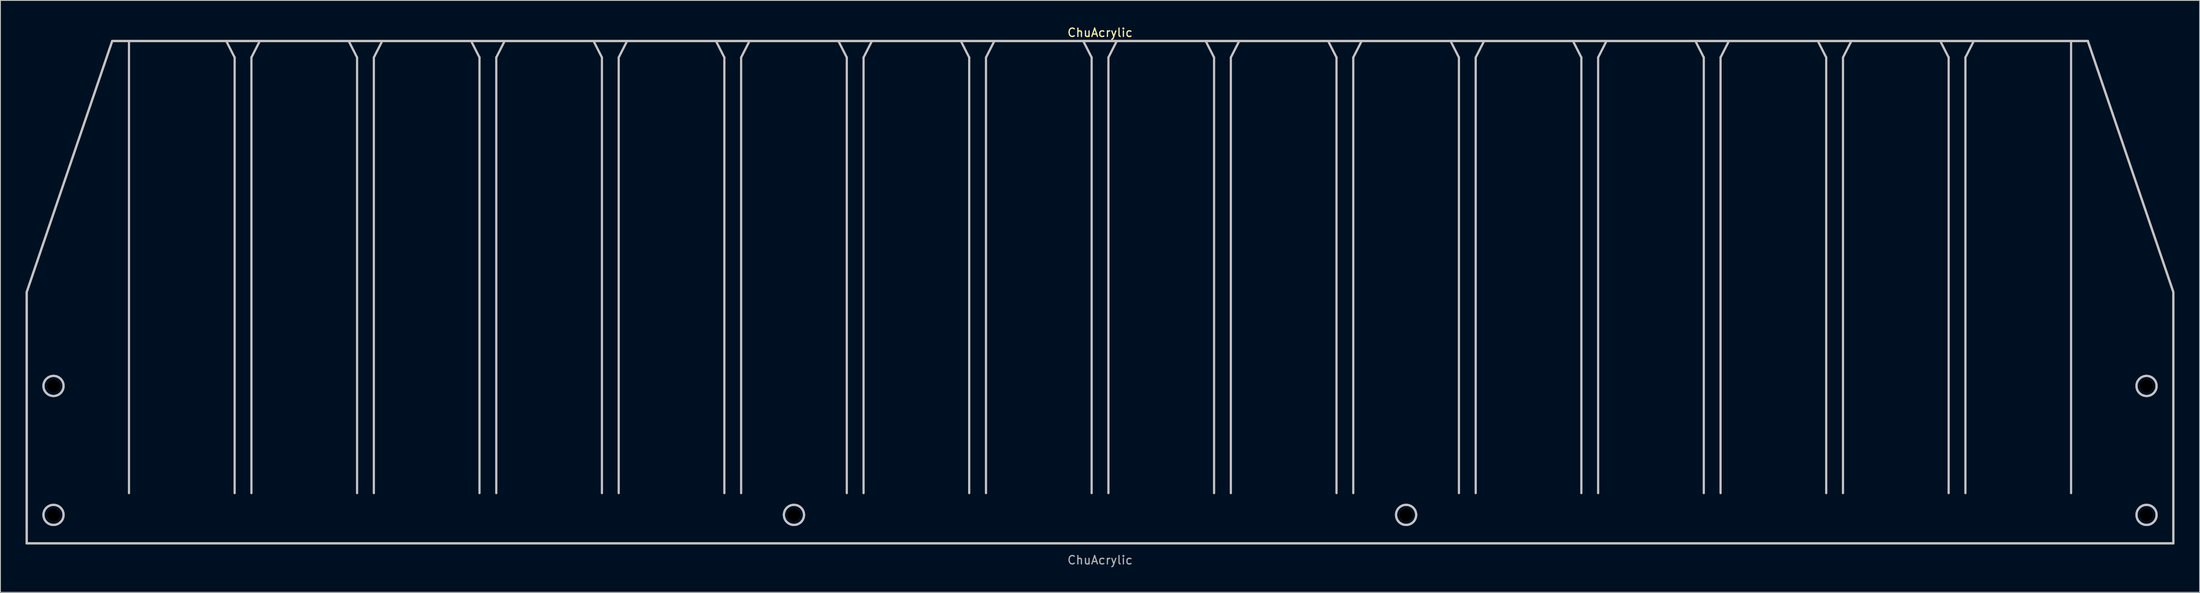
<source format=kicad_pcb>
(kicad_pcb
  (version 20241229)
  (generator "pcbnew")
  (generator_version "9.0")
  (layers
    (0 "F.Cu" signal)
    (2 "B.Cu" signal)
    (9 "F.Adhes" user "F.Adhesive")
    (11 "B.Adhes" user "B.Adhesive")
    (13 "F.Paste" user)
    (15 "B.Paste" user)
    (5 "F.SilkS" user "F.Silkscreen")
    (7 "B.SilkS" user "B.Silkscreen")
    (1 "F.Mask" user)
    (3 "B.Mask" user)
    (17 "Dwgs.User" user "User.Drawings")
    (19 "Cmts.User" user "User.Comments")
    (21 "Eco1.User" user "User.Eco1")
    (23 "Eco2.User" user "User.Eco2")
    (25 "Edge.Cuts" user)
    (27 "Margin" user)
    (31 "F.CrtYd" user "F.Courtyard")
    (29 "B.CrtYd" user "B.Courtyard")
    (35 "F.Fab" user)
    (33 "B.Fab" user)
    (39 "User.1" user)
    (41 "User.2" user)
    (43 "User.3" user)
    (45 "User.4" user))
  (footprint "ChuAcrylic"
    (layer "F.Cu")
    (at 128.132 31.848)
    (property "Reference" "ChuAcrylic" (at 0 -31 0) (unlocked yes) (layer "F.SilkS") (effects (font (size 1 1) (thickness 0.15))))
    (fp_line (start -128 0) (end -128 0) (stroke (width 0.265) (type solid)) (layer "F.SilkS"))
    (fp_line (start -128 0) (end -128 30) (stroke (width 0.265) (type solid)) (layer "F.SilkS"))
    (fp_line (start -128 30) (end -128 30) (stroke (width 0.265) (type solid)) (layer "F.SilkS"))
    (fp_line (start -128 30) (end 128 30) (stroke (width 0.265) (type solid)) (layer "F.SilkS"))
    (fp_line (start -117.8 -30) (end -128 0) (stroke (width 0.265) (type solid)) (layer "F.SilkS"))
    (fp_line (start 117.8 -30) (end -117.8 -30) (stroke (width 0.265) (type solid)) (layer "F.SilkS"))
    (fp_line (start 117.8 -30) (end 117.8 -30) (stroke (width 0.265) (type solid)) (layer "F.SilkS"))
    (fp_line (start 128 0) (end 117.8 -30) (stroke (width 0.265) (type solid)) (layer "F.SilkS"))
    (fp_line (start 128 0) (end 128 0) (stroke (width 0.265) (type solid)) (layer "F.SilkS"))
    (fp_line (start 128 30) (end 128 0) (stroke (width 0.265) (type solid)) (layer "F.SilkS"))
    (fp_line (start 128 30) (end 128 30) (stroke (width 0.265) (type solid)) (layer "F.SilkS"))
    (fp_line (start -128 0) (end -128 0) (stroke (width 0.265) (type solid)) (layer "Dwgs.User"))
    (fp_line (start -128 0) (end -128 30) (stroke (width 0.265) (type solid)) (layer "Dwgs.User"))
    (fp_line (start -128 30) (end -128 30) (stroke (width 0.265) (type solid)) (layer "Dwgs.User"))
    (fp_line (start -128 30) (end 128 30) (stroke (width 0.265) (type solid)) (layer "Dwgs.User"))
    (fp_line (start -126 11.2) (end -126 11.2) (stroke (width 0.265) (type solid)) (layer "Dwgs.User"))
    (fp_line (start -126 11.2) (end -125.998 11.138) (stroke (width 0.265) (type solid)) (layer "Dwgs.User"))
    (fp_line (start -126 26.6) (end -126 26.6) (stroke (width 0.265) (type solid)) (layer "Dwgs.User"))
    (fp_line (start -126 26.6) (end -125.998 26.538) (stroke (width 0.265) (type solid)) (layer "Dwgs.User"))
    (fp_line (start -125.998 11.138) (end -125.994 11.077) (stroke (width 0.265) (type solid)) (layer "Dwgs.User"))
    (fp_line (start -125.998 11.262) (end -126 11.2) (stroke (width 0.265) (type solid)) (layer "Dwgs.User"))
    (fp_line (start -125.998 26.538) (end -125.994 26.477) (stroke (width 0.265) (type solid)) (layer "Dwgs.User"))
    (fp_line (start -125.998 26.662) (end -126 26.6) (stroke (width 0.265) (type solid)) (layer "Dwgs.User"))
    (fp_line (start -125.994 11.077) (end -125.986 11.017) (stroke (width 0.265) (type solid)) (layer "Dwgs.User"))
    (fp_line (start -125.994 11.323) (end -125.998 11.262) (stroke (width 0.265) (type solid)) (layer "Dwgs.User"))
    (fp_line (start -125.994 26.477) (end -125.986 26.417) (stroke (width 0.265) (type solid)) (layer "Dwgs.User"))
    (fp_line (start -125.994 26.723) (end -125.998 26.662) (stroke (width 0.265) (type solid)) (layer "Dwgs.User"))
    (fp_line (start -125.986 11.017) (end -125.976 10.958) (stroke (width 0.265) (type solid)) (layer "Dwgs.User"))
    (fp_line (start -125.986 11.383) (end -125.994 11.323) (stroke (width 0.265) (type solid)) (layer "Dwgs.User"))
    (fp_line (start -125.986 26.417) (end -125.976 26.358) (stroke (width 0.265) (type solid)) (layer "Dwgs.User"))
    (fp_line (start -125.986 26.783) (end -125.994 26.723) (stroke (width 0.265) (type solid)) (layer "Dwgs.User"))
    (fp_line (start -125.976 10.958) (end -125.962 10.9) (stroke (width 0.265) (type solid)) (layer "Dwgs.User"))
    (fp_line (start -125.976 11.442) (end -125.986 11.383) (stroke (width 0.265) (type solid)) (layer "Dwgs.User"))
    (fp_line (start -125.976 26.358) (end -125.962 26.3) (stroke (width 0.265) (type solid)) (layer "Dwgs.User"))
    (fp_line (start -125.976 26.842) (end -125.986 26.783) (stroke (width 0.265) (type solid)) (layer "Dwgs.User"))
    (fp_line (start -125.962 10.9) (end -125.946 10.843) (stroke (width 0.265) (type solid)) (layer "Dwgs.User"))
    (fp_line (start -125.962 11.5) (end -125.976 11.442) (stroke (width 0.265) (type solid)) (layer "Dwgs.User"))
    (fp_line (start -125.962 26.3) (end -125.946 26.243) (stroke (width 0.265) (type solid)) (layer "Dwgs.User"))
    (fp_line (start -125.962 26.9) (end -125.976 26.842) (stroke (width 0.265) (type solid)) (layer "Dwgs.User"))
    (fp_line (start -125.946 10.843) (end -125.927 10.787) (stroke (width 0.265) (type solid)) (layer "Dwgs.User"))
    (fp_line (start -125.946 11.557) (end -125.962 11.5) (stroke (width 0.265) (type solid)) (layer "Dwgs.User"))
    (fp_line (start -125.946 26.243) (end -125.927 26.187) (stroke (width 0.265) (type solid)) (layer "Dwgs.User"))
    (fp_line (start -125.946 26.957) (end -125.962 26.9) (stroke (width 0.265) (type solid)) (layer "Dwgs.User"))
    (fp_line (start -125.927 10.787) (end -125.906 10.733) (stroke (width 0.265) (type solid)) (layer "Dwgs.User"))
    (fp_line (start -125.927 11.613) (end -125.946 11.557) (stroke (width 0.265) (type solid)) (layer "Dwgs.User"))
    (fp_line (start -125.927 26.187) (end -125.906 26.133) (stroke (width 0.265) (type solid)) (layer "Dwgs.User"))
    (fp_line (start -125.927 27.013) (end -125.946 26.957) (stroke (width 0.265) (type solid)) (layer "Dwgs.User"))
    (fp_line (start -125.906 10.733) (end -125.882 10.68) (stroke (width 0.265) (type solid)) (layer "Dwgs.User"))
    (fp_line (start -125.906 11.667) (end -125.927 11.613) (stroke (width 0.265) (type solid)) (layer "Dwgs.User"))
    (fp_line (start -125.906 26.133) (end -125.882 26.08) (stroke (width 0.265) (type solid)) (layer "Dwgs.User"))
    (fp_line (start -125.906 27.067) (end -125.927 27.013) (stroke (width 0.265) (type solid)) (layer "Dwgs.User"))
    (fp_line (start -125.882 10.68) (end -125.855 10.628) (stroke (width 0.265) (type solid)) (layer "Dwgs.User"))
    (fp_line (start -125.882 11.72) (end -125.906 11.667) (stroke (width 0.265) (type solid)) (layer "Dwgs.User"))
    (fp_line (start -125.882 26.08) (end -125.855 26.028) (stroke (width 0.265) (type solid)) (layer "Dwgs.User"))
    (fp_line (start -125.882 27.12) (end -125.906 27.067) (stroke (width 0.265) (type solid)) (layer "Dwgs.User"))
    (fp_line (start -125.855 10.628) (end -125.826 10.578) (stroke (width 0.265) (type solid)) (layer "Dwgs.User"))
    (fp_line (start -125.855 11.772) (end -125.882 11.72) (stroke (width 0.265) (type solid)) (layer "Dwgs.User"))
    (fp_line (start -125.855 26.028) (end -125.826 25.978) (stroke (width 0.265) (type solid)) (layer "Dwgs.User"))
    (fp_line (start -125.855 27.172) (end -125.882 27.12) (stroke (width 0.265) (type solid)) (layer "Dwgs.User"))
    (fp_line (start -125.826 10.578) (end -125.795 10.529) (stroke (width 0.265) (type solid)) (layer "Dwgs.User"))
    (fp_line (start -125.826 11.822) (end -125.855 11.772) (stroke (width 0.265) (type solid)) (layer "Dwgs.User"))
    (fp_line (start -125.826 25.978) (end -125.795 25.929) (stroke (width 0.265) (type solid)) (layer "Dwgs.User"))
    (fp_line (start -125.826 27.222) (end -125.855 27.172) (stroke (width 0.265) (type solid)) (layer "Dwgs.User"))
    (fp_line (start -125.795 10.529) (end -125.762 10.482) (stroke (width 0.265) (type solid)) (layer "Dwgs.User"))
    (fp_line (start -125.795 11.871) (end -125.826 11.822) (stroke (width 0.265) (type solid)) (layer "Dwgs.User"))
    (fp_line (start -125.795 25.929) (end -125.762 25.882) (stroke (width 0.265) (type solid)) (layer "Dwgs.User"))
    (fp_line (start -125.795 27.271) (end -125.826 27.222) (stroke (width 0.265) (type solid)) (layer "Dwgs.User"))
    (fp_line (start -125.762 10.482) (end -125.726 10.437) (stroke (width 0.265) (type solid)) (layer "Dwgs.User"))
    (fp_line (start -125.762 11.918) (end -125.795 11.871) (stroke (width 0.265) (type solid)) (layer "Dwgs.User"))
    (fp_line (start -125.762 25.882) (end -125.726 25.837) (stroke (width 0.265) (type solid)) (layer "Dwgs.User"))
    (fp_line (start -125.762 27.318) (end -125.795 27.271) (stroke (width 0.265) (type solid)) (layer "Dwgs.User"))
    (fp_line (start -125.726 10.437) (end -125.688 10.393) (stroke (width 0.265) (type solid)) (layer "Dwgs.User"))
    (fp_line (start -125.726 11.963) (end -125.762 11.918) (stroke (width 0.265) (type solid)) (layer "Dwgs.User"))
    (fp_line (start -125.726 25.837) (end -125.688 25.793) (stroke (width 0.265) (type solid)) (layer "Dwgs.User"))
    (fp_line (start -125.726 27.363) (end -125.762 27.318) (stroke (width 0.265) (type solid)) (layer "Dwgs.User"))
    (fp_line (start -125.688 10.393) (end -125.649 10.351) (stroke (width 0.265) (type solid)) (layer "Dwgs.User"))
    (fp_line (start -125.688 12.007) (end -125.726 11.963) (stroke (width 0.265) (type solid)) (layer "Dwgs.User"))
    (fp_line (start -125.688 25.793) (end -125.649 25.751) (stroke (width 0.265) (type solid)) (layer "Dwgs.User"))
    (fp_line (start -125.688 27.407) (end -125.726 27.363) (stroke (width 0.265) (type solid)) (layer "Dwgs.User"))
    (fp_line (start -125.649 10.351) (end -125.607 10.312) (stroke (width 0.265) (type solid)) (layer "Dwgs.User"))
    (fp_line (start -125.649 12.049) (end -125.688 12.007) (stroke (width 0.265) (type solid)) (layer "Dwgs.User"))
    (fp_line (start -125.649 25.751) (end -125.607 25.712) (stroke (width 0.265) (type solid)) (layer "Dwgs.User"))
    (fp_line (start -125.649 27.449) (end -125.688 27.407) (stroke (width 0.265) (type solid)) (layer "Dwgs.User"))
    (fp_line (start -125.607 10.312) (end -125.563 10.274) (stroke (width 0.265) (type solid)) (layer "Dwgs.User"))
    (fp_line (start -125.607 12.088) (end -125.649 12.049) (stroke (width 0.265) (type solid)) (layer "Dwgs.User"))
    (fp_line (start -125.607 25.712) (end -125.563 25.674) (stroke (width 0.265) (type solid)) (layer "Dwgs.User"))
    (fp_line (start -125.607 27.488) (end -125.649 27.449) (stroke (width 0.265) (type solid)) (layer "Dwgs.User"))
    (fp_line (start -125.563 10.274) (end -125.518 10.238) (stroke (width 0.265) (type solid)) (layer "Dwgs.User"))
    (fp_line (start -125.563 12.126) (end -125.607 12.088) (stroke (width 0.265) (type solid)) (layer "Dwgs.User"))
    (fp_line (start -125.563 25.674) (end -125.518 25.638) (stroke (width 0.265) (type solid)) (layer "Dwgs.User"))
    (fp_line (start -125.563 27.526) (end -125.607 27.488) (stroke (width 0.265) (type solid)) (layer "Dwgs.User"))
    (fp_line (start -125.518 10.238) (end -125.471 10.205) (stroke (width 0.265) (type solid)) (layer "Dwgs.User"))
    (fp_line (start -125.518 12.162) (end -125.563 12.126) (stroke (width 0.265) (type solid)) (layer "Dwgs.User"))
    (fp_line (start -125.518 25.638) (end -125.471 25.605) (stroke (width 0.265) (type solid)) (layer "Dwgs.User"))
    (fp_line (start -125.518 27.562) (end -125.563 27.526) (stroke (width 0.265) (type solid)) (layer "Dwgs.User"))
    (fp_line (start -125.471 10.205) (end -125.422 10.174) (stroke (width 0.265) (type solid)) (layer "Dwgs.User"))
    (fp_line (start -125.471 12.195) (end -125.518 12.162) (stroke (width 0.265) (type solid)) (layer "Dwgs.User"))
    (fp_line (start -125.471 25.605) (end -125.422 25.574) (stroke (width 0.265) (type solid)) (layer "Dwgs.User"))
    (fp_line (start -125.471 27.595) (end -125.518 27.562) (stroke (width 0.265) (type solid)) (layer "Dwgs.User"))
    (fp_line (start -125.422 10.174) (end -125.372 10.145) (stroke (width 0.265) (type solid)) (layer "Dwgs.User"))
    (fp_line (start -125.422 12.226) (end -125.471 12.195) (stroke (width 0.265) (type solid)) (layer "Dwgs.User"))
    (fp_line (start -125.422 25.574) (end -125.372 25.545) (stroke (width 0.265) (type solid)) (layer "Dwgs.User"))
    (fp_line (start -125.422 27.626) (end -125.471 27.595) (stroke (width 0.265) (type solid)) (layer "Dwgs.User"))
    (fp_line (start -125.372 10.145) (end -125.32 10.118) (stroke (width 0.265) (type solid)) (layer "Dwgs.User"))
    (fp_line (start -125.372 12.255) (end -125.422 12.226) (stroke (width 0.265) (type solid)) (layer "Dwgs.User"))
    (fp_line (start -125.372 25.545) (end -125.32 25.518) (stroke (width 0.265) (type solid)) (layer "Dwgs.User"))
    (fp_line (start -125.372 27.655) (end -125.422 27.626) (stroke (width 0.265) (type solid)) (layer "Dwgs.User"))
    (fp_line (start -125.32 10.118) (end -125.267 10.094) (stroke (width 0.265) (type solid)) (layer "Dwgs.User"))
    (fp_line (start -125.32 12.282) (end -125.372 12.255) (stroke (width 0.265) (type solid)) (layer "Dwgs.User"))
    (fp_line (start -125.32 25.518) (end -125.267 25.494) (stroke (width 0.265) (type solid)) (layer "Dwgs.User"))
    (fp_line (start -125.32 27.682) (end -125.372 27.655) (stroke (width 0.265) (type solid)) (layer "Dwgs.User"))
    (fp_line (start -125.267 10.094) (end -125.213 10.073) (stroke (width 0.265) (type solid)) (layer "Dwgs.User"))
    (fp_line (start -125.267 12.306) (end -125.32 12.282) (stroke (width 0.265) (type solid)) (layer "Dwgs.User"))
    (fp_line (start -125.267 25.494) (end -125.213 25.473) (stroke (width 0.265) (type solid)) (layer "Dwgs.User"))
    (fp_line (start -125.267 27.706) (end -125.32 27.682) (stroke (width 0.265) (type solid)) (layer "Dwgs.User"))
    (fp_line (start -125.213 10.073) (end -125.157 10.054) (stroke (width 0.265) (type solid)) (layer "Dwgs.User"))
    (fp_line (start -125.213 12.327) (end -125.267 12.306) (stroke (width 0.265) (type solid)) (layer "Dwgs.User"))
    (fp_line (start -125.213 25.473) (end -125.157 25.454) (stroke (width 0.265) (type solid)) (layer "Dwgs.User"))
    (fp_line (start -125.213 27.727) (end -125.267 27.706) (stroke (width 0.265) (type solid)) (layer "Dwgs.User"))
    (fp_line (start -125.157 10.054) (end -125.1 10.038) (stroke (width 0.265) (type solid)) (layer "Dwgs.User"))
    (fp_line (start -125.157 12.346) (end -125.213 12.327) (stroke (width 0.265) (type solid)) (layer "Dwgs.User"))
    (fp_line (start -125.157 25.454) (end -125.1 25.438) (stroke (width 0.265) (type solid)) (layer "Dwgs.User"))
    (fp_line (start -125.157 27.746) (end -125.213 27.727) (stroke (width 0.265) (type solid)) (layer "Dwgs.User"))
    (fp_line (start -125.1 10.038) (end -125.042 10.024) (stroke (width 0.265) (type solid)) (layer "Dwgs.User"))
    (fp_line (start -125.1 12.362) (end -125.157 12.346) (stroke (width 0.265) (type solid)) (layer "Dwgs.User"))
    (fp_line (start -125.1 25.438) (end -125.042 25.424) (stroke (width 0.265) (type solid)) (layer "Dwgs.User"))
    (fp_line (start -125.1 27.762) (end -125.157 27.746) (stroke (width 0.265) (type solid)) (layer "Dwgs.User"))
    (fp_line (start -125.042 10.024) (end -124.983 10.014) (stroke (width 0.265) (type solid)) (layer "Dwgs.User"))
    (fp_line (start -125.042 12.376) (end -125.1 12.362) (stroke (width 0.265) (type solid)) (layer "Dwgs.User"))
    (fp_line (start -125.042 25.424) (end -124.983 25.414) (stroke (width 0.265) (type solid)) (layer "Dwgs.User"))
    (fp_line (start -125.042 27.776) (end -125.1 27.762) (stroke (width 0.265) (type solid)) (layer "Dwgs.User"))
    (fp_line (start -124.983 10.014) (end -124.923 10.006) (stroke (width 0.265) (type solid)) (layer "Dwgs.User"))
    (fp_line (start -124.983 12.386) (end -125.042 12.376) (stroke (width 0.265) (type solid)) (layer "Dwgs.User"))
    (fp_line (start -124.983 25.414) (end -124.923 25.406) (stroke (width 0.265) (type solid)) (layer "Dwgs.User"))
    (fp_line (start -124.983 27.786) (end -125.042 27.776) (stroke (width 0.265) (type solid)) (layer "Dwgs.User"))
    (fp_line (start -124.923 10.006) (end -124.862 10.002) (stroke (width 0.265) (type solid)) (layer "Dwgs.User"))
    (fp_line (start -124.923 12.394) (end -124.983 12.386) (stroke (width 0.265) (type solid)) (layer "Dwgs.User"))
    (fp_line (start -124.923 25.406) (end -124.862 25.402) (stroke (width 0.265) (type solid)) (layer "Dwgs.User"))
    (fp_line (start -124.923 27.794) (end -124.983 27.786) (stroke (width 0.265) (type solid)) (layer "Dwgs.User"))
    (fp_line (start -124.862 10.002) (end -124.8 10) (stroke (width 0.265) (type solid)) (layer "Dwgs.User"))
    (fp_line (start -124.862 12.398) (end -124.923 12.394) (stroke (width 0.265) (type solid)) (layer "Dwgs.User"))
    (fp_line (start -124.862 25.402) (end -124.8 25.4) (stroke (width 0.265) (type solid)) (layer "Dwgs.User"))
    (fp_line (start -124.862 27.798) (end -124.923 27.794) (stroke (width 0.265) (type solid)) (layer "Dwgs.User"))
    (fp_line (start -124.8 10) (end -124.8 10) (stroke (width 0.265) (type solid)) (layer "Dwgs.User"))
    (fp_line (start -124.8 10) (end -124.738 10.002) (stroke (width 0.265) (type solid)) (layer "Dwgs.User"))
    (fp_line (start -124.8 12.4) (end -124.862 12.398) (stroke (width 0.265) (type solid)) (layer "Dwgs.User"))
    (fp_line (start -124.8 12.4) (end -124.8 12.4) (stroke (width 0.265) (type solid)) (layer "Dwgs.User"))
    (fp_line (start -124.8 25.4) (end -124.8 25.4) (stroke (width 0.265) (type solid)) (layer "Dwgs.User"))
    (fp_line (start -124.8 25.4) (end -124.738 25.402) (stroke (width 0.265) (type solid)) (layer "Dwgs.User"))
    (fp_line (start -124.8 27.8) (end -124.862 27.798) (stroke (width 0.265) (type solid)) (layer "Dwgs.User"))
    (fp_line (start -124.8 27.8) (end -124.8 27.8) (stroke (width 0.265) (type solid)) (layer "Dwgs.User"))
    (fp_line (start -124.738 10.002) (end -124.677 10.006) (stroke (width 0.265) (type solid)) (layer "Dwgs.User"))
    (fp_line (start -124.738 12.398) (end -124.8 12.4) (stroke (width 0.265) (type solid)) (layer "Dwgs.User"))
    (fp_line (start -124.738 25.402) (end -124.677 25.406) (stroke (width 0.265) (type solid)) (layer "Dwgs.User"))
    (fp_line (start -124.738 27.798) (end -124.8 27.8) (stroke (width 0.265) (type solid)) (layer "Dwgs.User"))
    (fp_line (start -124.677 10.006) (end -124.617 10.014) (stroke (width 0.265) (type solid)) (layer "Dwgs.User"))
    (fp_line (start -124.677 12.394) (end -124.738 12.398) (stroke (width 0.265) (type solid)) (layer "Dwgs.User"))
    (fp_line (start -124.677 25.406) (end -124.617 25.414) (stroke (width 0.265) (type solid)) (layer "Dwgs.User"))
    (fp_line (start -124.677 27.794) (end -124.738 27.798) (stroke (width 0.265) (type solid)) (layer "Dwgs.User"))
    (fp_line (start -124.617 10.014) (end -124.558 10.024) (stroke (width 0.265) (type solid)) (layer "Dwgs.User"))
    (fp_line (start -124.617 12.386) (end -124.677 12.394) (stroke (width 0.265) (type solid)) (layer "Dwgs.User"))
    (fp_line (start -124.617 25.414) (end -124.558 25.424) (stroke (width 0.265) (type solid)) (layer "Dwgs.User"))
    (fp_line (start -124.617 27.786) (end -124.677 27.794) (stroke (width 0.265) (type solid)) (layer "Dwgs.User"))
    (fp_line (start -124.558 10.024) (end -124.5 10.038) (stroke (width 0.265) (type solid)) (layer "Dwgs.User"))
    (fp_line (start -124.558 12.376) (end -124.617 12.386) (stroke (width 0.265) (type solid)) (layer "Dwgs.User"))
    (fp_line (start -124.558 25.424) (end -124.5 25.438) (stroke (width 0.265) (type solid)) (layer "Dwgs.User"))
    (fp_line (start -124.558 27.776) (end -124.617 27.786) (stroke (width 0.265) (type solid)) (layer "Dwgs.User"))
    (fp_line (start -124.5 10.038) (end -124.443 10.054) (stroke (width 0.265) (type solid)) (layer "Dwgs.User"))
    (fp_line (start -124.5 12.362) (end -124.558 12.376) (stroke (width 0.265) (type solid)) (layer "Dwgs.User"))
    (fp_line (start -124.5 25.438) (end -124.443 25.454) (stroke (width 0.265) (type solid)) (layer "Dwgs.User"))
    (fp_line (start -124.5 27.762) (end -124.558 27.776) (stroke (width 0.265) (type solid)) (layer "Dwgs.User"))
    (fp_line (start -124.443 10.054) (end -124.387 10.073) (stroke (width 0.265) (type solid)) (layer "Dwgs.User"))
    (fp_line (start -124.443 12.346) (end -124.5 12.362) (stroke (width 0.265) (type solid)) (layer "Dwgs.User"))
    (fp_line (start -124.443 25.454) (end -124.387 25.473) (stroke (width 0.265) (type solid)) (layer "Dwgs.User"))
    (fp_line (start -124.443 27.746) (end -124.5 27.762) (stroke (width 0.265) (type solid)) (layer "Dwgs.User"))
    (fp_line (start -124.387 10.073) (end -124.333 10.094) (stroke (width 0.265) (type solid)) (layer "Dwgs.User"))
    (fp_line (start -124.387 12.327) (end -124.443 12.346) (stroke (width 0.265) (type solid)) (layer "Dwgs.User"))
    (fp_line (start -124.387 25.473) (end -124.333 25.494) (stroke (width 0.265) (type solid)) (layer "Dwgs.User"))
    (fp_line (start -124.387 27.727) (end -124.443 27.746) (stroke (width 0.265) (type solid)) (layer "Dwgs.User"))
    (fp_line (start -124.333 10.094) (end -124.28 10.118) (stroke (width 0.265) (type solid)) (layer "Dwgs.User"))
    (fp_line (start -124.333 12.306) (end -124.387 12.327) (stroke (width 0.265) (type solid)) (layer "Dwgs.User"))
    (fp_line (start -124.333 25.494) (end -124.28 25.518) (stroke (width 0.265) (type solid)) (layer "Dwgs.User"))
    (fp_line (start -124.333 27.706) (end -124.387 27.727) (stroke (width 0.265) (type solid)) (layer "Dwgs.User"))
    (fp_line (start -124.28 10.118) (end -124.228 10.145) (stroke (width 0.265) (type solid)) (layer "Dwgs.User"))
    (fp_line (start -124.28 12.282) (end -124.333 12.306) (stroke (width 0.265) (type solid)) (layer "Dwgs.User"))
    (fp_line (start -124.28 25.518) (end -124.228 25.545) (stroke (width 0.265) (type solid)) (layer "Dwgs.User"))
    (fp_line (start -124.28 27.682) (end -124.333 27.706) (stroke (width 0.265) (type solid)) (layer "Dwgs.User"))
    (fp_line (start -124.228 10.145) (end -124.178 10.174) (stroke (width 0.265) (type solid)) (layer "Dwgs.User"))
    (fp_line (start -124.228 12.255) (end -124.28 12.282) (stroke (width 0.265) (type solid)) (layer "Dwgs.User"))
    (fp_line (start -124.228 25.545) (end -124.178 25.574) (stroke (width 0.265) (type solid)) (layer "Dwgs.User"))
    (fp_line (start -124.228 27.655) (end -124.28 27.682) (stroke (width 0.265) (type solid)) (layer "Dwgs.User"))
    (fp_line (start -124.178 10.174) (end -124.129 10.205) (stroke (width 0.265) (type solid)) (layer "Dwgs.User"))
    (fp_line (start -124.178 12.226) (end -124.228 12.255) (stroke (width 0.265) (type solid)) (layer "Dwgs.User"))
    (fp_line (start -124.178 25.574) (end -124.129 25.605) (stroke (width 0.265) (type solid)) (layer "Dwgs.User"))
    (fp_line (start -124.178 27.626) (end -124.228 27.655) (stroke (width 0.265) (type solid)) (layer "Dwgs.User"))
    (fp_line (start -124.129 10.205) (end -124.082 10.238) (stroke (width 0.265) (type solid)) (layer "Dwgs.User"))
    (fp_line (start -124.129 12.195) (end -124.178 12.226) (stroke (width 0.265) (type solid)) (layer "Dwgs.User"))
    (fp_line (start -124.129 25.605) (end -124.082 25.638) (stroke (width 0.265) (type solid)) (layer "Dwgs.User"))
    (fp_line (start -124.129 27.595) (end -124.178 27.626) (stroke (width 0.265) (type solid)) (layer "Dwgs.User"))
    (fp_line (start -124.082 10.238) (end -124.037 10.274) (stroke (width 0.265) (type solid)) (layer "Dwgs.User"))
    (fp_line (start -124.082 12.162) (end -124.129 12.195) (stroke (width 0.265) (type solid)) (layer "Dwgs.User"))
    (fp_line (start -124.082 25.638) (end -124.037 25.674) (stroke (width 0.265) (type solid)) (layer "Dwgs.User"))
    (fp_line (start -124.082 27.562) (end -124.129 27.595) (stroke (width 0.265) (type solid)) (layer "Dwgs.User"))
    (fp_line (start -124.037 10.274) (end -123.993 10.312) (stroke (width 0.265) (type solid)) (layer "Dwgs.User"))
    (fp_line (start -124.037 12.126) (end -124.082 12.162) (stroke (width 0.265) (type solid)) (layer "Dwgs.User"))
    (fp_line (start -124.037 25.674) (end -123.993 25.712) (stroke (width 0.265) (type solid)) (layer "Dwgs.User"))
    (fp_line (start -124.037 27.526) (end -124.082 27.562) (stroke (width 0.265) (type solid)) (layer "Dwgs.User"))
    (fp_line (start -123.993 10.312) (end -123.951 10.351) (stroke (width 0.265) (type solid)) (layer "Dwgs.User"))
    (fp_line (start -123.993 12.088) (end -124.037 12.126) (stroke (width 0.265) (type solid)) (layer "Dwgs.User"))
    (fp_line (start -123.993 25.712) (end -123.951 25.751) (stroke (width 0.265) (type solid)) (layer "Dwgs.User"))
    (fp_line (start -123.993 27.488) (end -124.037 27.526) (stroke (width 0.265) (type solid)) (layer "Dwgs.User"))
    (fp_line (start -123.951 10.351) (end -123.912 10.393) (stroke (width 0.265) (type solid)) (layer "Dwgs.User"))
    (fp_line (start -123.951 12.049) (end -123.993 12.088) (stroke (width 0.265) (type solid)) (layer "Dwgs.User"))
    (fp_line (start -123.951 25.751) (end -123.912 25.793) (stroke (width 0.265) (type solid)) (layer "Dwgs.User"))
    (fp_line (start -123.951 27.449) (end -123.993 27.488) (stroke (width 0.265) (type solid)) (layer "Dwgs.User"))
    (fp_line (start -123.912 10.393) (end -123.874 10.437) (stroke (width 0.265) (type solid)) (layer "Dwgs.User"))
    (fp_line (start -123.912 12.007) (end -123.951 12.049) (stroke (width 0.265) (type solid)) (layer "Dwgs.User"))
    (fp_line (start -123.912 25.793) (end -123.874 25.837) (stroke (width 0.265) (type solid)) (layer "Dwgs.User"))
    (fp_line (start -123.912 27.407) (end -123.951 27.449) (stroke (width 0.265) (type solid)) (layer "Dwgs.User"))
    (fp_line (start -123.874 10.437) (end -123.838 10.482) (stroke (width 0.265) (type solid)) (layer "Dwgs.User"))
    (fp_line (start -123.874 11.963) (end -123.912 12.007) (stroke (width 0.265) (type solid)) (layer "Dwgs.User"))
    (fp_line (start -123.874 25.837) (end -123.838 25.882) (stroke (width 0.265) (type solid)) (layer "Dwgs.User"))
    (fp_line (start -123.874 27.363) (end -123.912 27.407) (stroke (width 0.265) (type solid)) (layer "Dwgs.User"))
    (fp_line (start -123.838 10.482) (end -123.805 10.529) (stroke (width 0.265) (type solid)) (layer "Dwgs.User"))
    (fp_line (start -123.838 11.918) (end -123.874 11.963) (stroke (width 0.265) (type solid)) (layer "Dwgs.User"))
    (fp_line (start -123.838 25.882) (end -123.805 25.929) (stroke (width 0.265) (type solid)) (layer "Dwgs.User"))
    (fp_line (start -123.838 27.318) (end -123.874 27.363) (stroke (width 0.265) (type solid)) (layer "Dwgs.User"))
    (fp_line (start -123.805 10.529) (end -123.774 10.578) (stroke (width 0.265) (type solid)) (layer "Dwgs.User"))
    (fp_line (start -123.805 11.871) (end -123.838 11.918) (stroke (width 0.265) (type solid)) (layer "Dwgs.User"))
    (fp_line (start -123.805 25.929) (end -123.774 25.978) (stroke (width 0.265) (type solid)) (layer "Dwgs.User"))
    (fp_line (start -123.805 27.271) (end -123.838 27.318) (stroke (width 0.265) (type solid)) (layer "Dwgs.User"))
    (fp_line (start -123.774 10.578) (end -123.745 10.628) (stroke (width 0.265) (type solid)) (layer "Dwgs.User"))
    (fp_line (start -123.774 11.822) (end -123.805 11.871) (stroke (width 0.265) (type solid)) (layer "Dwgs.User"))
    (fp_line (start -123.774 25.978) (end -123.745 26.028) (stroke (width 0.265) (type solid)) (layer "Dwgs.User"))
    (fp_line (start -123.774 27.222) (end -123.805 27.271) (stroke (width 0.265) (type solid)) (layer "Dwgs.User"))
    (fp_line (start -123.745 10.628) (end -123.718 10.68) (stroke (width 0.265) (type solid)) (layer "Dwgs.User"))
    (fp_line (start -123.745 11.772) (end -123.774 11.822) (stroke (width 0.265) (type solid)) (layer "Dwgs.User"))
    (fp_line (start -123.745 26.028) (end -123.718 26.08) (stroke (width 0.265) (type solid)) (layer "Dwgs.User"))
    (fp_line (start -123.745 27.172) (end -123.774 27.222) (stroke (width 0.265) (type solid)) (layer "Dwgs.User"))
    (fp_line (start -123.718 10.68) (end -123.694 10.733) (stroke (width 0.265) (type solid)) (layer "Dwgs.User"))
    (fp_line (start -123.718 11.72) (end -123.745 11.772) (stroke (width 0.265) (type solid)) (layer "Dwgs.User"))
    (fp_line (start -123.718 26.08) (end -123.694 26.133) (stroke (width 0.265) (type solid)) (layer "Dwgs.User"))
    (fp_line (start -123.718 27.12) (end -123.745 27.172) (stroke (width 0.265) (type solid)) (layer "Dwgs.User"))
    (fp_line (start -123.694 10.733) (end -123.673 10.787) (stroke (width 0.265) (type solid)) (layer "Dwgs.User"))
    (fp_line (start -123.694 11.667) (end -123.718 11.72) (stroke (width 0.265) (type solid)) (layer "Dwgs.User"))
    (fp_line (start -123.694 26.133) (end -123.673 26.187) (stroke (width 0.265) (type solid)) (layer "Dwgs.User"))
    (fp_line (start -123.694 27.067) (end -123.718 27.12) (stroke (width 0.265) (type solid)) (layer "Dwgs.User"))
    (fp_line (start -123.673 10.787) (end -123.654 10.843) (stroke (width 0.265) (type solid)) (layer "Dwgs.User"))
    (fp_line (start -123.673 11.613) (end -123.694 11.667) (stroke (width 0.265) (type solid)) (layer "Dwgs.User"))
    (fp_line (start -123.673 26.187) (end -123.654 26.243) (stroke (width 0.265) (type solid)) (layer "Dwgs.User"))
    (fp_line (start -123.673 27.013) (end -123.694 27.067) (stroke (width 0.265) (type solid)) (layer "Dwgs.User"))
    (fp_line (start -123.654 10.843) (end -123.638 10.9) (stroke (width 0.265) (type solid)) (layer "Dwgs.User"))
    (fp_line (start -123.654 11.557) (end -123.673 11.613) (stroke (width 0.265) (type solid)) (layer "Dwgs.User"))
    (fp_line (start -123.654 26.243) (end -123.638 26.3) (stroke (width 0.265) (type solid)) (layer "Dwgs.User"))
    (fp_line (start -123.654 26.957) (end -123.673 27.013) (stroke (width 0.265) (type solid)) (layer "Dwgs.User"))
    (fp_line (start -123.638 10.9) (end -123.624 10.958) (stroke (width 0.265) (type solid)) (layer "Dwgs.User"))
    (fp_line (start -123.638 11.5) (end -123.654 11.557) (stroke (width 0.265) (type solid)) (layer "Dwgs.User"))
    (fp_line (start -123.638 26.3) (end -123.624 26.358) (stroke (width 0.265) (type solid)) (layer "Dwgs.User"))
    (fp_line (start -123.638 26.9) (end -123.654 26.957) (stroke (width 0.265) (type solid)) (layer "Dwgs.User"))
    (fp_line (start -123.624 10.958) (end -123.614 11.017) (stroke (width 0.265) (type solid)) (layer "Dwgs.User"))
    (fp_line (start -123.624 11.442) (end -123.638 11.5) (stroke (width 0.265) (type solid)) (layer "Dwgs.User"))
    (fp_line (start -123.624 26.358) (end -123.614 26.417) (stroke (width 0.265) (type solid)) (layer "Dwgs.User"))
    (fp_line (start -123.624 26.842) (end -123.638 26.9) (stroke (width 0.265) (type solid)) (layer "Dwgs.User"))
    (fp_line (start -123.614 11.017) (end -123.606 11.077) (stroke (width 0.265) (type solid)) (layer "Dwgs.User"))
    (fp_line (start -123.614 11.383) (end -123.624 11.442) (stroke (width 0.265) (type solid)) (layer "Dwgs.User"))
    (fp_line (start -123.614 26.417) (end -123.606 26.477) (stroke (width 0.265) (type solid)) (layer "Dwgs.User"))
    (fp_line (start -123.614 26.783) (end -123.624 26.842) (stroke (width 0.265) (type solid)) (layer "Dwgs.User"))
    (fp_line (start -123.606 11.077) (end -123.602 11.138) (stroke (width 0.265) (type solid)) (layer "Dwgs.User"))
    (fp_line (start -123.606 11.323) (end -123.614 11.383) (stroke (width 0.265) (type solid)) (layer "Dwgs.User"))
    (fp_line (start -123.606 26.477) (end -123.602 26.538) (stroke (width 0.265) (type solid)) (layer "Dwgs.User"))
    (fp_line (start -123.606 26.723) (end -123.614 26.783) (stroke (width 0.265) (type solid)) (layer "Dwgs.User"))
    (fp_line (start -123.602 11.138) (end -123.6 11.2) (stroke (width 0.265) (type solid)) (layer "Dwgs.User"))
    (fp_line (start -123.602 11.262) (end -123.606 11.323) (stroke (width 0.265) (type solid)) (layer "Dwgs.User"))
    (fp_line (start -123.602 26.538) (end -123.6 26.6) (stroke (width 0.265) (type solid)) (layer "Dwgs.User"))
    (fp_line (start -123.602 26.662) (end -123.606 26.723) (stroke (width 0.265) (type solid)) (layer "Dwgs.User"))
    (fp_line (start -123.6 11.2) (end -123.602 11.262) (stroke (width 0.265) (type solid)) (layer "Dwgs.User"))
    (fp_line (start -123.6 11.2) (end -123.6 11.2) (stroke (width 0.265) (type solid)) (layer "Dwgs.User"))
    (fp_line (start -123.6 11.2) (end -123.6 11.2) (stroke (width 0.265) (type solid)) (layer "Dwgs.User"))
    (fp_line (start -123.6 26.6) (end -123.602 26.662) (stroke (width 0.265) (type solid)) (layer "Dwgs.User"))
    (fp_line (start -123.6 26.6) (end -123.6 26.6) (stroke (width 0.265) (type solid)) (layer "Dwgs.User"))
    (fp_line (start -123.6 26.6) (end -123.6 26.6) (stroke (width 0.265) (type solid)) (layer "Dwgs.User"))
    (fp_line (start -117.8 -30) (end -128 0) (stroke (width 0.265) (type solid)) (layer "Dwgs.User"))
    (fp_line (start -115.8 -30) (end -115.8 24) (stroke (width 0.265) (type solid)) (layer "Dwgs.User"))
    (fp_line (start -104.2 -30) (end -103.2 -28.036) (stroke (width 0.265) (type solid)) (layer "Dwgs.User"))
    (fp_line (start -103.2 -28.036) (end -103.2 -28.036) (stroke (width 0.265) (type solid)) (layer "Dwgs.User"))
    (fp_line (start -103.2 -28.036) (end -103.2 24) (stroke (width 0.265) (type solid)) (layer "Dwgs.User"))
    (fp_line (start -101.2 -28.036) (end -101.2 -28.036) (stroke (width 0.265) (type solid)) (layer "Dwgs.User"))
    (fp_line (start -101.2 -28.036) (end -101.2 24) (stroke (width 0.265) (type solid)) (layer "Dwgs.User"))
    (fp_line (start -100.2 -30) (end -101.2 -28.036) (stroke (width 0.265) (type solid)) (layer "Dwgs.User"))
    (fp_line (start -89.6 -30) (end -88.6 -28.036) (stroke (width 0.265) (type solid)) (layer "Dwgs.User"))
    (fp_line (start -88.6 -28.036) (end -88.6 -28.036) (stroke (width 0.265) (type solid)) (layer "Dwgs.User"))
    (fp_line (start -88.6 -28.036) (end -88.6 24) (stroke (width 0.265) (type solid)) (layer "Dwgs.User"))
    (fp_line (start -86.6 -28.036) (end -86.6 -28.036) (stroke (width 0.265) (type solid)) (layer "Dwgs.User"))
    (fp_line (start -86.6 -28.036) (end -86.6 24) (stroke (width 0.265) (type solid)) (layer "Dwgs.User"))
    (fp_line (start -85.6 -30) (end -86.6 -28.036) (stroke (width 0.265) (type solid)) (layer "Dwgs.User"))
    (fp_line (start -75 -30) (end -74 -28.036) (stroke (width 0.265) (type solid)) (layer "Dwgs.User"))
    (fp_line (start -74 -28.036) (end -74 -28.036) (stroke (width 0.265) (type solid)) (layer "Dwgs.User"))
    (fp_line (start -74 -28.036) (end -74 24) (stroke (width 0.265) (type solid)) (layer "Dwgs.User"))
    (fp_line (start -72 -28.036) (end -72 -28.036) (stroke (width 0.265) (type solid)) (layer "Dwgs.User"))
    (fp_line (start -72 -28.036) (end -72 24) (stroke (width 0.265) (type solid)) (layer "Dwgs.User"))
    (fp_line (start -71 -30) (end -72 -28.036) (stroke (width 0.265) (type solid)) (layer "Dwgs.User"))
    (fp_line (start -60.4 -30) (end -59.4 -28.036) (stroke (width 0.265) (type solid)) (layer "Dwgs.User"))
    (fp_line (start -59.4 -28.036) (end -59.4 -28.036) (stroke (width 0.265) (type solid)) (layer "Dwgs.User"))
    (fp_line (start -59.4 -28.036) (end -59.4 24) (stroke (width 0.265) (type solid)) (layer "Dwgs.User"))
    (fp_line (start -57.4 -28.036) (end -57.4 -28.036) (stroke (width 0.265) (type solid)) (layer "Dwgs.User"))
    (fp_line (start -57.4 -28.036) (end -57.4 24) (stroke (width 0.265) (type solid)) (layer "Dwgs.User"))
    (fp_line (start -56.4 -30) (end -57.4 -28.036) (stroke (width 0.265) (type solid)) (layer "Dwgs.User"))
    (fp_line (start -45.8 -30) (end -44.8 -28.036) (stroke (width 0.265) (type solid)) (layer "Dwgs.User"))
    (fp_line (start -44.8 -28.036) (end -44.8 -28.036) (stroke (width 0.265) (type solid)) (layer "Dwgs.User"))
    (fp_line (start -44.8 -28.036) (end -44.8 24) (stroke (width 0.265) (type solid)) (layer "Dwgs.User"))
    (fp_line (start -42.8 -28.036) (end -42.8 -28.036) (stroke (width 0.265) (type solid)) (layer "Dwgs.User"))
    (fp_line (start -42.8 -28.036) (end -42.8 24) (stroke (width 0.265) (type solid)) (layer "Dwgs.User"))
    (fp_line (start -41.8 -30) (end -42.8 -28.036) (stroke (width 0.265) (type solid)) (layer "Dwgs.User"))
    (fp_line (start -37.7 26.6) (end -37.7 26.6) (stroke (width 0.265) (type solid)) (layer "Dwgs.User"))
    (fp_line (start -37.7 26.6) (end -37.698 26.538) (stroke (width 0.265) (type solid)) (layer "Dwgs.User"))
    (fp_line (start -37.698 26.538) (end -37.694 26.477) (stroke (width 0.265) (type solid)) (layer "Dwgs.User"))
    (fp_line (start -37.698 26.662) (end -37.7 26.6) (stroke (width 0.265) (type solid)) (layer "Dwgs.User"))
    (fp_line (start -37.694 26.477) (end -37.686 26.417) (stroke (width 0.265) (type solid)) (layer "Dwgs.User"))
    (fp_line (start -37.694 26.723) (end -37.698 26.662) (stroke (width 0.265) (type solid)) (layer "Dwgs.User"))
    (fp_line (start -37.686 26.417) (end -37.676 26.358) (stroke (width 0.265) (type solid)) (layer "Dwgs.User"))
    (fp_line (start -37.686 26.783) (end -37.694 26.723) (stroke (width 0.265) (type solid)) (layer "Dwgs.User"))
    (fp_line (start -37.676 26.358) (end -37.662 26.3) (stroke (width 0.265) (type solid)) (layer "Dwgs.User"))
    (fp_line (start -37.676 26.842) (end -37.686 26.783) (stroke (width 0.265) (type solid)) (layer "Dwgs.User"))
    (fp_line (start -37.662 26.3) (end -37.646 26.243) (stroke (width 0.265) (type solid)) (layer "Dwgs.User"))
    (fp_line (start -37.662 26.9) (end -37.676 26.842) (stroke (width 0.265) (type solid)) (layer "Dwgs.User"))
    (fp_line (start -37.646 26.243) (end -37.627 26.187) (stroke (width 0.265) (type solid)) (layer "Dwgs.User"))
    (fp_line (start -37.646 26.957) (end -37.662 26.9) (stroke (width 0.265) (type solid)) (layer "Dwgs.User"))
    (fp_line (start -37.627 26.187) (end -37.606 26.133) (stroke (width 0.265) (type solid)) (layer "Dwgs.User"))
    (fp_line (start -37.627 27.013) (end -37.646 26.957) (stroke (width 0.265) (type solid)) (layer "Dwgs.User"))
    (fp_line (start -37.606 26.133) (end -37.582 26.08) (stroke (width 0.265) (type solid)) (layer "Dwgs.User"))
    (fp_line (start -37.606 27.067) (end -37.627 27.013) (stroke (width 0.265) (type solid)) (layer "Dwgs.User"))
    (fp_line (start -37.582 26.08) (end -37.555 26.028) (stroke (width 0.265) (type solid)) (layer "Dwgs.User"))
    (fp_line (start -37.582 27.12) (end -37.606 27.067) (stroke (width 0.265) (type solid)) (layer "Dwgs.User"))
    (fp_line (start -37.555 26.028) (end -37.526 25.978) (stroke (width 0.265) (type solid)) (layer "Dwgs.User"))
    (fp_line (start -37.555 27.172) (end -37.582 27.12) (stroke (width 0.265) (type solid)) (layer "Dwgs.User"))
    (fp_line (start -37.526 25.978) (end -37.495 25.929) (stroke (width 0.265) (type solid)) (layer "Dwgs.User"))
    (fp_line (start -37.526 27.222) (end -37.555 27.172) (stroke (width 0.265) (type solid)) (layer "Dwgs.User"))
    (fp_line (start -37.495 25.929) (end -37.462 25.882) (stroke (width 0.265) (type solid)) (layer "Dwgs.User"))
    (fp_line (start -37.495 27.271) (end -37.526 27.222) (stroke (width 0.265) (type solid)) (layer "Dwgs.User"))
    (fp_line (start -37.462 25.882) (end -37.426 25.837) (stroke (width 0.265) (type solid)) (layer "Dwgs.User"))
    (fp_line (start -37.462 27.318) (end -37.495 27.271) (stroke (width 0.265) (type solid)) (layer "Dwgs.User"))
    (fp_line (start -37.426 25.837) (end -37.388 25.793) (stroke (width 0.265) (type solid)) (layer "Dwgs.User"))
    (fp_line (start -37.426 27.363) (end -37.462 27.318) (stroke (width 0.265) (type solid)) (layer "Dwgs.User"))
    (fp_line (start -37.388 25.793) (end -37.349 25.751) (stroke (width 0.265) (type solid)) (layer "Dwgs.User"))
    (fp_line (start -37.388 27.407) (end -37.426 27.363) (stroke (width 0.265) (type solid)) (layer "Dwgs.User"))
    (fp_line (start -37.349 25.751) (end -37.307 25.712) (stroke (width 0.265) (type solid)) (layer "Dwgs.User"))
    (fp_line (start -37.349 27.449) (end -37.388 27.407) (stroke (width 0.265) (type solid)) (layer "Dwgs.User"))
    (fp_line (start -37.307 25.712) (end -37.263 25.674) (stroke (width 0.265) (type solid)) (layer "Dwgs.User"))
    (fp_line (start -37.307 27.488) (end -37.349 27.449) (stroke (width 0.265) (type solid)) (layer "Dwgs.User"))
    (fp_line (start -37.263 25.674) (end -37.218 25.638) (stroke (width 0.265) (type solid)) (layer "Dwgs.User"))
    (fp_line (start -37.263 27.526) (end -37.307 27.488) (stroke (width 0.265) (type solid)) (layer "Dwgs.User"))
    (fp_line (start -37.218 25.638) (end -37.171 25.605) (stroke (width 0.265) (type solid)) (layer "Dwgs.User"))
    (fp_line (start -37.218 27.562) (end -37.263 27.526) (stroke (width 0.265) (type solid)) (layer "Dwgs.User"))
    (fp_line (start -37.171 25.605) (end -37.122 25.574) (stroke (width 0.265) (type solid)) (layer "Dwgs.User"))
    (fp_line (start -37.171 27.595) (end -37.218 27.562) (stroke (width 0.265) (type solid)) (layer "Dwgs.User"))
    (fp_line (start -37.122 25.574) (end -37.072 25.545) (stroke (width 0.265) (type solid)) (layer "Dwgs.User"))
    (fp_line (start -37.122 27.626) (end -37.171 27.595) (stroke (width 0.265) (type solid)) (layer "Dwgs.User"))
    (fp_line (start -37.072 25.545) (end -37.02 25.518) (stroke (width 0.265) (type solid)) (layer "Dwgs.User"))
    (fp_line (start -37.072 27.655) (end -37.122 27.626) (stroke (width 0.265) (type solid)) (layer "Dwgs.User"))
    (fp_line (start -37.02 25.518) (end -36.967 25.494) (stroke (width 0.265) (type solid)) (layer "Dwgs.User"))
    (fp_line (start -37.02 27.682) (end -37.072 27.655) (stroke (width 0.265) (type solid)) (layer "Dwgs.User"))
    (fp_line (start -36.967 25.494) (end -36.913 25.473) (stroke (width 0.265) (type solid)) (layer "Dwgs.User"))
    (fp_line (start -36.967 27.706) (end -37.02 27.682) (stroke (width 0.265) (type solid)) (layer "Dwgs.User"))
    (fp_line (start -36.913 25.473) (end -36.857 25.454) (stroke (width 0.265) (type solid)) (layer "Dwgs.User"))
    (fp_line (start -36.913 27.727) (end -36.967 27.706) (stroke (width 0.265) (type solid)) (layer "Dwgs.User"))
    (fp_line (start -36.857 25.454) (end -36.8 25.438) (stroke (width 0.265) (type solid)) (layer "Dwgs.User"))
    (fp_line (start -36.857 27.746) (end -36.913 27.727) (stroke (width 0.265) (type solid)) (layer "Dwgs.User"))
    (fp_line (start -36.8 25.438) (end -36.742 25.424) (stroke (width 0.265) (type solid)) (layer "Dwgs.User"))
    (fp_line (start -36.8 27.762) (end -36.857 27.746) (stroke (width 0.265) (type solid)) (layer "Dwgs.User"))
    (fp_line (start -36.742 25.424) (end -36.683 25.414) (stroke (width 0.265) (type solid)) (layer "Dwgs.User"))
    (fp_line (start -36.742 27.776) (end -36.8 27.762) (stroke (width 0.265) (type solid)) (layer "Dwgs.User"))
    (fp_line (start -36.683 25.414) (end -36.623 25.406) (stroke (width 0.265) (type solid)) (layer "Dwgs.User"))
    (fp_line (start -36.683 27.786) (end -36.742 27.776) (stroke (width 0.265) (type solid)) (layer "Dwgs.User"))
    (fp_line (start -36.623 25.406) (end -36.562 25.402) (stroke (width 0.265) (type solid)) (layer "Dwgs.User"))
    (fp_line (start -36.623 27.794) (end -36.683 27.786) (stroke (width 0.265) (type solid)) (layer "Dwgs.User"))
    (fp_line (start -36.562 25.402) (end -36.5 25.4) (stroke (width 0.265) (type solid)) (layer "Dwgs.User"))
    (fp_line (start -36.562 27.798) (end -36.623 27.794) (stroke (width 0.265) (type solid)) (layer "Dwgs.User"))
    (fp_line (start -36.5 25.4) (end -36.5 25.4) (stroke (width 0.265) (type solid)) (layer "Dwgs.User"))
    (fp_line (start -36.5 25.4) (end -36.438 25.402) (stroke (width 0.265) (type solid)) (layer "Dwgs.User"))
    (fp_line (start -36.5 27.8) (end -36.562 27.798) (stroke (width 0.265) (type solid)) (layer "Dwgs.User"))
    (fp_line (start -36.5 27.8) (end -36.5 27.8) (stroke (width 0.265) (type solid)) (layer "Dwgs.User"))
    (fp_line (start -36.438 25.402) (end -36.377 25.406) (stroke (width 0.265) (type solid)) (layer "Dwgs.User"))
    (fp_line (start -36.438 27.798) (end -36.5 27.8) (stroke (width 0.265) (type solid)) (layer "Dwgs.User"))
    (fp_line (start -36.377 25.406) (end -36.317 25.414) (stroke (width 0.265) (type solid)) (layer "Dwgs.User"))
    (fp_line (start -36.377 27.794) (end -36.438 27.798) (stroke (width 0.265) (type solid)) (layer "Dwgs.User"))
    (fp_line (start -36.317 25.414) (end -36.258 25.424) (stroke (width 0.265) (type solid)) (layer "Dwgs.User"))
    (fp_line (start -36.317 27.786) (end -36.377 27.794) (stroke (width 0.265) (type solid)) (layer "Dwgs.User"))
    (fp_line (start -36.258 25.424) (end -36.2 25.438) (stroke (width 0.265) (type solid)) (layer "Dwgs.User"))
    (fp_line (start -36.258 27.776) (end -36.317 27.786) (stroke (width 0.265) (type solid)) (layer "Dwgs.User"))
    (fp_line (start -36.2 25.438) (end -36.143 25.454) (stroke (width 0.265) (type solid)) (layer "Dwgs.User"))
    (fp_line (start -36.2 27.762) (end -36.258 27.776) (stroke (width 0.265) (type solid)) (layer "Dwgs.User"))
    (fp_line (start -36.143 25.454) (end -36.087 25.473) (stroke (width 0.265) (type solid)) (layer "Dwgs.User"))
    (fp_line (start -36.143 27.746) (end -36.2 27.762) (stroke (width 0.265) (type solid)) (layer "Dwgs.User"))
    (fp_line (start -36.087 25.473) (end -36.033 25.494) (stroke (width 0.265) (type solid)) (layer "Dwgs.User"))
    (fp_line (start -36.087 27.727) (end -36.143 27.746) (stroke (width 0.265) (type solid)) (layer "Dwgs.User"))
    (fp_line (start -36.033 25.494) (end -35.98 25.518) (stroke (width 0.265) (type solid)) (layer "Dwgs.User"))
    (fp_line (start -36.033 27.706) (end -36.087 27.727) (stroke (width 0.265) (type solid)) (layer "Dwgs.User"))
    (fp_line (start -35.98 25.518) (end -35.928 25.545) (stroke (width 0.265) (type solid)) (layer "Dwgs.User"))
    (fp_line (start -35.98 27.682) (end -36.033 27.706) (stroke (width 0.265) (type solid)) (layer "Dwgs.User"))
    (fp_line (start -35.928 25.545) (end -35.878 25.574) (stroke (width 0.265) (type solid)) (layer "Dwgs.User"))
    (fp_line (start -35.928 27.655) (end -35.98 27.682) (stroke (width 0.265) (type solid)) (layer "Dwgs.User"))
    (fp_line (start -35.878 25.574) (end -35.829 25.605) (stroke (width 0.265) (type solid)) (layer "Dwgs.User"))
    (fp_line (start -35.878 27.626) (end -35.928 27.655) (stroke (width 0.265) (type solid)) (layer "Dwgs.User"))
    (fp_line (start -35.829 25.605) (end -35.782 25.638) (stroke (width 0.265) (type solid)) (layer "Dwgs.User"))
    (fp_line (start -35.829 27.595) (end -35.878 27.626) (stroke (width 0.265) (type solid)) (layer "Dwgs.User"))
    (fp_line (start -35.782 25.638) (end -35.737 25.674) (stroke (width 0.265) (type solid)) (layer "Dwgs.User"))
    (fp_line (start -35.782 27.562) (end -35.829 27.595) (stroke (width 0.265) (type solid)) (layer "Dwgs.User"))
    (fp_line (start -35.737 25.674) (end -35.693 25.712) (stroke (width 0.265) (type solid)) (layer "Dwgs.User"))
    (fp_line (start -35.737 27.526) (end -35.782 27.562) (stroke (width 0.265) (type solid)) (layer "Dwgs.User"))
    (fp_line (start -35.693 25.712) (end -35.651 25.751) (stroke (width 0.265) (type solid)) (layer "Dwgs.User"))
    (fp_line (start -35.693 27.488) (end -35.737 27.526) (stroke (width 0.265) (type solid)) (layer "Dwgs.User"))
    (fp_line (start -35.651 25.751) (end -35.612 25.793) (stroke (width 0.265) (type solid)) (layer "Dwgs.User"))
    (fp_line (start -35.651 27.449) (end -35.693 27.488) (stroke (width 0.265) (type solid)) (layer "Dwgs.User"))
    (fp_line (start -35.612 25.793) (end -35.574 25.837) (stroke (width 0.265) (type solid)) (layer "Dwgs.User"))
    (fp_line (start -35.612 27.407) (end -35.651 27.449) (stroke (width 0.265) (type solid)) (layer "Dwgs.User"))
    (fp_line (start -35.574 25.837) (end -35.538 25.882) (stroke (width 0.265) (type solid)) (layer "Dwgs.User"))
    (fp_line (start -35.574 27.363) (end -35.612 27.407) (stroke (width 0.265) (type solid)) (layer "Dwgs.User"))
    (fp_line (start -35.538 25.882) (end -35.505 25.929) (stroke (width 0.265) (type solid)) (layer "Dwgs.User"))
    (fp_line (start -35.538 27.318) (end -35.574 27.363) (stroke (width 0.265) (type solid)) (layer "Dwgs.User"))
    (fp_line (start -35.505 25.929) (end -35.474 25.978) (stroke (width 0.265) (type solid)) (layer "Dwgs.User"))
    (fp_line (start -35.505 27.271) (end -35.538 27.318) (stroke (width 0.265) (type solid)) (layer "Dwgs.User"))
    (fp_line (start -35.474 25.978) (end -35.445 26.028) (stroke (width 0.265) (type solid)) (layer "Dwgs.User"))
    (fp_line (start -35.474 27.222) (end -35.505 27.271) (stroke (width 0.265) (type solid)) (layer "Dwgs.User"))
    (fp_line (start -35.445 26.028) (end -35.418 26.08) (stroke (width 0.265) (type solid)) (layer "Dwgs.User"))
    (fp_line (start -35.445 27.172) (end -35.474 27.222) (stroke (width 0.265) (type solid)) (layer "Dwgs.User"))
    (fp_line (start -35.418 26.08) (end -35.394 26.133) (stroke (width 0.265) (type solid)) (layer "Dwgs.User"))
    (fp_line (start -35.418 27.12) (end -35.445 27.172) (stroke (width 0.265) (type solid)) (layer "Dwgs.User"))
    (fp_line (start -35.394 26.133) (end -35.373 26.187) (stroke (width 0.265) (type solid)) (layer "Dwgs.User"))
    (fp_line (start -35.394 27.067) (end -35.418 27.12) (stroke (width 0.265) (type solid)) (layer "Dwgs.User"))
    (fp_line (start -35.373 26.187) (end -35.354 26.243) (stroke (width 0.265) (type solid)) (layer "Dwgs.User"))
    (fp_line (start -35.373 27.013) (end -35.394 27.067) (stroke (width 0.265) (type solid)) (layer "Dwgs.User"))
    (fp_line (start -35.354 26.243) (end -35.338 26.3) (stroke (width 0.265) (type solid)) (layer "Dwgs.User"))
    (fp_line (start -35.354 26.957) (end -35.373 27.013) (stroke (width 0.265) (type solid)) (layer "Dwgs.User"))
    (fp_line (start -35.338 26.3) (end -35.324 26.358) (stroke (width 0.265) (type solid)) (layer "Dwgs.User"))
    (fp_line (start -35.338 26.9) (end -35.354 26.957) (stroke (width 0.265) (type solid)) (layer "Dwgs.User"))
    (fp_line (start -35.324 26.358) (end -35.314 26.417) (stroke (width 0.265) (type solid)) (layer "Dwgs.User"))
    (fp_line (start -35.324 26.842) (end -35.338 26.9) (stroke (width 0.265) (type solid)) (layer "Dwgs.User"))
    (fp_line (start -35.314 26.417) (end -35.306 26.477) (stroke (width 0.265) (type solid)) (layer "Dwgs.User"))
    (fp_line (start -35.314 26.783) (end -35.324 26.842) (stroke (width 0.265) (type solid)) (layer "Dwgs.User"))
    (fp_line (start -35.306 26.477) (end -35.302 26.538) (stroke (width 0.265) (type solid)) (layer "Dwgs.User"))
    (fp_line (start -35.306 26.723) (end -35.314 26.783) (stroke (width 0.265) (type solid)) (layer "Dwgs.User"))
    (fp_line (start -35.302 26.538) (end -35.3 26.6) (stroke (width 0.265) (type solid)) (layer "Dwgs.User"))
    (fp_line (start -35.302 26.662) (end -35.306 26.723) (stroke (width 0.265) (type solid)) (layer "Dwgs.User"))
    (fp_line (start -35.3 26.6) (end -35.302 26.662) (stroke (width 0.265) (type solid)) (layer "Dwgs.User"))
    (fp_line (start -35.3 26.6) (end -35.3 26.6) (stroke (width 0.265) (type solid)) (layer "Dwgs.User"))
    (fp_line (start -35.3 26.6) (end -35.3 26.6) (stroke (width 0.265) (type solid)) (layer "Dwgs.User"))
    (fp_line (start -31.2 -30) (end -30.2 -28.036) (stroke (width 0.265) (type solid)) (layer "Dwgs.User"))
    (fp_line (start -30.2 -28.036) (end -30.2 -28.036) (stroke (width 0.265) (type solid)) (layer "Dwgs.User"))
    (fp_line (start -30.2 -28.036) (end -30.2 24) (stroke (width 0.265) (type solid)) (layer "Dwgs.User"))
    (fp_line (start -28.2 -28.036) (end -28.2 -28.036) (stroke (width 0.265) (type solid)) (layer "Dwgs.User"))
    (fp_line (start -28.2 -28.036) (end -28.2 24) (stroke (width 0.265) (type solid)) (layer "Dwgs.User"))
    (fp_line (start -27.2 -30) (end -28.2 -28.036) (stroke (width 0.265) (type solid)) (layer "Dwgs.User"))
    (fp_line (start -16.6 -30) (end -15.6 -28.036) (stroke (width 0.265) (type solid)) (layer "Dwgs.User"))
    (fp_line (start -15.6 -28.036) (end -15.6 -28.036) (stroke (width 0.265) (type solid)) (layer "Dwgs.User"))
    (fp_line (start -15.6 -28.036) (end -15.6 24) (stroke (width 0.265) (type solid)) (layer "Dwgs.User"))
    (fp_line (start -13.6 -28.036) (end -13.6 -28.036) (stroke (width 0.265) (type solid)) (layer "Dwgs.User"))
    (fp_line (start -13.6 -28.036) (end -13.6 24) (stroke (width 0.265) (type solid)) (layer "Dwgs.User"))
    (fp_line (start -12.6 -30) (end -13.6 -28.036) (stroke (width 0.265) (type solid)) (layer "Dwgs.User"))
    (fp_line (start -2 -30) (end -1 -28.036) (stroke (width 0.265) (type solid)) (layer "Dwgs.User"))
    (fp_line (start -1 -28.036) (end -1 -28.036) (stroke (width 0.265) (type solid)) (layer "Dwgs.User"))
    (fp_line (start -1 -28.036) (end -1 24) (stroke (width 0.265) (type solid)) (layer "Dwgs.User"))
    (fp_line (start 1 -28.036) (end 1 -28.036) (stroke (width 0.265) (type solid)) (layer "Dwgs.User"))
    (fp_line (start 1 -28.036) (end 1 24) (stroke (width 0.265) (type solid)) (layer "Dwgs.User"))
    (fp_line (start 2 -30) (end 1 -28.036) (stroke (width 0.265) (type solid)) (layer "Dwgs.User"))
    (fp_line (start 12.6 -30) (end 13.6 -28.036) (stroke (width 0.265) (type solid)) (layer "Dwgs.User"))
    (fp_line (start 13.6 -28.036) (end 13.6 -28.036) (stroke (width 0.265) (type solid)) (layer "Dwgs.User"))
    (fp_line (start 13.6 -28.036) (end 13.6 24) (stroke (width 0.265) (type solid)) (layer "Dwgs.User"))
    (fp_line (start 15.6 -28.036) (end 15.6 -28.036) (stroke (width 0.265) (type solid)) (layer "Dwgs.User"))
    (fp_line (start 15.6 -28.036) (end 15.6 24) (stroke (width 0.265) (type solid)) (layer "Dwgs.User"))
    (fp_line (start 16.6 -30) (end 15.6 -28.036) (stroke (width 0.265) (type solid)) (layer "Dwgs.User"))
    (fp_line (start 27.2 -30) (end 28.2 -28.036) (stroke (width 0.265) (type solid)) (layer "Dwgs.User"))
    (fp_line (start 28.2 -28.036) (end 28.2 -28.036) (stroke (width 0.265) (type solid)) (layer "Dwgs.User"))
    (fp_line (start 28.2 -28.036) (end 28.2 24) (stroke (width 0.265) (type solid)) (layer "Dwgs.User"))
    (fp_line (start 30.2 -28.036) (end 30.2 -28.036) (stroke (width 0.265) (type solid)) (layer "Dwgs.User"))
    (fp_line (start 30.2 -28.036) (end 30.2 24) (stroke (width 0.265) (type solid)) (layer "Dwgs.User"))
    (fp_line (start 31.2 -30) (end 30.2 -28.036) (stroke (width 0.265) (type solid)) (layer "Dwgs.User"))
    (fp_line (start 35.3 26.6) (end 35.3 26.6) (stroke (width 0.265) (type solid)) (layer "Dwgs.User"))
    (fp_line (start 35.3 26.6) (end 35.302 26.538) (stroke (width 0.265) (type solid)) (layer "Dwgs.User"))
    (fp_line (start 35.302 26.538) (end 35.306 26.477) (stroke (width 0.265) (type solid)) (layer "Dwgs.User"))
    (fp_line (start 35.302 26.662) (end 35.3 26.6) (stroke (width 0.265) (type solid)) (layer "Dwgs.User"))
    (fp_line (start 35.306 26.477) (end 35.314 26.417) (stroke (width 0.265) (type solid)) (layer "Dwgs.User"))
    (fp_line (start 35.306 26.723) (end 35.302 26.662) (stroke (width 0.265) (type solid)) (layer "Dwgs.User"))
    (fp_line (start 35.314 26.417) (end 35.324 26.358) (stroke (width 0.265) (type solid)) (layer "Dwgs.User"))
    (fp_line (start 35.314 26.783) (end 35.306 26.723) (stroke (width 0.265) (type solid)) (layer "Dwgs.User"))
    (fp_line (start 35.324 26.358) (end 35.338 26.3) (stroke (width 0.265) (type solid)) (layer "Dwgs.User"))
    (fp_line (start 35.324 26.842) (end 35.314 26.783) (stroke (width 0.265) (type solid)) (layer "Dwgs.User"))
    (fp_line (start 35.338 26.3) (end 35.354 26.243) (stroke (width 0.265) (type solid)) (layer "Dwgs.User"))
    (fp_line (start 35.338 26.9) (end 35.324 26.842) (stroke (width 0.265) (type solid)) (layer "Dwgs.User"))
    (fp_line (start 35.354 26.243) (end 35.373 26.187) (stroke (width 0.265) (type solid)) (layer "Dwgs.User"))
    (fp_line (start 35.354 26.957) (end 35.338 26.9) (stroke (width 0.265) (type solid)) (layer "Dwgs.User"))
    (fp_line (start 35.373 26.187) (end 35.394 26.133) (stroke (width 0.265) (type solid)) (layer "Dwgs.User"))
    (fp_line (start 35.373 27.013) (end 35.354 26.957) (stroke (width 0.265) (type solid)) (layer "Dwgs.User"))
    (fp_line (start 35.394 26.133) (end 35.418 26.08) (stroke (width 0.265) (type solid)) (layer "Dwgs.User"))
    (fp_line (start 35.394 27.067) (end 35.373 27.013) (stroke (width 0.265) (type solid)) (layer "Dwgs.User"))
    (fp_line (start 35.418 26.08) (end 35.445 26.028) (stroke (width 0.265) (type solid)) (layer "Dwgs.User"))
    (fp_line (start 35.418 27.12) (end 35.394 27.067) (stroke (width 0.265) (type solid)) (layer "Dwgs.User"))
    (fp_line (start 35.445 26.028) (end 35.474 25.978) (stroke (width 0.265) (type solid)) (layer "Dwgs.User"))
    (fp_line (start 35.445 27.172) (end 35.418 27.12) (stroke (width 0.265) (type solid)) (layer "Dwgs.User"))
    (fp_line (start 35.474 25.978) (end 35.505 25.929) (stroke (width 0.265) (type solid)) (layer "Dwgs.User"))
    (fp_line (start 35.474 27.222) (end 35.445 27.172) (stroke (width 0.265) (type solid)) (layer "Dwgs.User"))
    (fp_line (start 35.505 25.929) (end 35.538 25.882) (stroke (width 0.265) (type solid)) (layer "Dwgs.User"))
    (fp_line (start 35.505 27.271) (end 35.474 27.222) (stroke (width 0.265) (type solid)) (layer "Dwgs.User"))
    (fp_line (start 35.538 25.882) (end 35.574 25.837) (stroke (width 0.265) (type solid)) (layer "Dwgs.User"))
    (fp_line (start 35.538 27.318) (end 35.505 27.271) (stroke (width 0.265) (type solid)) (layer "Dwgs.User"))
    (fp_line (start 35.574 25.837) (end 35.612 25.793) (stroke (width 0.265) (type solid)) (layer "Dwgs.User"))
    (fp_line (start 35.574 27.363) (end 35.538 27.318) (stroke (width 0.265) (type solid)) (layer "Dwgs.User"))
    (fp_line (start 35.612 25.793) (end 35.651 25.751) (stroke (width 0.265) (type solid)) (layer "Dwgs.User"))
    (fp_line (start 35.612 27.407) (end 35.574 27.363) (stroke (width 0.265) (type solid)) (layer "Dwgs.User"))
    (fp_line (start 35.651 25.751) (end 35.693 25.712) (stroke (width 0.265) (type solid)) (layer "Dwgs.User"))
    (fp_line (start 35.651 27.449) (end 35.612 27.407) (stroke (width 0.265) (type solid)) (layer "Dwgs.User"))
    (fp_line (start 35.693 25.712) (end 35.737 25.674) (stroke (width 0.265) (type solid)) (layer "Dwgs.User"))
    (fp_line (start 35.693 27.488) (end 35.651 27.449) (stroke (width 0.265) (type solid)) (layer "Dwgs.User"))
    (fp_line (start 35.737 25.674) (end 35.782 25.638) (stroke (width 0.265) (type solid)) (layer "Dwgs.User"))
    (fp_line (start 35.737 27.526) (end 35.693 27.488) (stroke (width 0.265) (type solid)) (layer "Dwgs.User"))
    (fp_line (start 35.782 25.638) (end 35.829 25.605) (stroke (width 0.265) (type solid)) (layer "Dwgs.User"))
    (fp_line (start 35.782 27.562) (end 35.737 27.526) (stroke (width 0.265) (type solid)) (layer "Dwgs.User"))
    (fp_line (start 35.829 25.605) (end 35.878 25.574) (stroke (width 0.265) (type solid)) (layer "Dwgs.User"))
    (fp_line (start 35.829 27.595) (end 35.782 27.562) (stroke (width 0.265) (type solid)) (layer "Dwgs.User"))
    (fp_line (start 35.878 25.574) (end 35.928 25.545) (stroke (width 0.265) (type solid)) (layer "Dwgs.User"))
    (fp_line (start 35.878 27.626) (end 35.829 27.595) (stroke (width 0.265) (type solid)) (layer "Dwgs.User"))
    (fp_line (start 35.928 25.545) (end 35.98 25.518) (stroke (width 0.265) (type solid)) (layer "Dwgs.User"))
    (fp_line (start 35.928 27.655) (end 35.878 27.626) (stroke (width 0.265) (type solid)) (layer "Dwgs.User"))
    (fp_line (start 35.98 25.518) (end 36.033 25.494) (stroke (width 0.265) (type solid)) (layer "Dwgs.User"))
    (fp_line (start 35.98 27.682) (end 35.928 27.655) (stroke (width 0.265) (type solid)) (layer "Dwgs.User"))
    (fp_line (start 36.033 25.494) (end 36.087 25.473) (stroke (width 0.265) (type solid)) (layer "Dwgs.User"))
    (fp_line (start 36.033 27.706) (end 35.98 27.682) (stroke (width 0.265) (type solid)) (layer "Dwgs.User"))
    (fp_line (start 36.087 25.473) (end 36.143 25.454) (stroke (width 0.265) (type solid)) (layer "Dwgs.User"))
    (fp_line (start 36.087 27.727) (end 36.033 27.706) (stroke (width 0.265) (type solid)) (layer "Dwgs.User"))
    (fp_line (start 36.143 25.454) (end 36.2 25.438) (stroke (width 0.265) (type solid)) (layer "Dwgs.User"))
    (fp_line (start 36.143 27.746) (end 36.087 27.727) (stroke (width 0.265) (type solid)) (layer "Dwgs.User"))
    (fp_line (start 36.2 25.438) (end 36.258 25.424) (stroke (width 0.265) (type solid)) (layer "Dwgs.User"))
    (fp_line (start 36.2 27.762) (end 36.143 27.746) (stroke (width 0.265) (type solid)) (layer "Dwgs.User"))
    (fp_line (start 36.258 25.424) (end 36.317 25.414) (stroke (width 0.265) (type solid)) (layer "Dwgs.User"))
    (fp_line (start 36.258 27.776) (end 36.2 27.762) (stroke (width 0.265) (type solid)) (layer "Dwgs.User"))
    (fp_line (start 36.317 25.414) (end 36.377 25.406) (stroke (width 0.265) (type solid)) (layer "Dwgs.User"))
    (fp_line (start 36.317 27.786) (end 36.258 27.776) (stroke (width 0.265) (type solid)) (layer "Dwgs.User"))
    (fp_line (start 36.377 25.406) (end 36.438 25.402) (stroke (width 0.265) (type solid)) (layer "Dwgs.User"))
    (fp_line (start 36.377 27.794) (end 36.317 27.786) (stroke (width 0.265) (type solid)) (layer "Dwgs.User"))
    (fp_line (start 36.438 25.402) (end 36.5 25.4) (stroke (width 0.265) (type solid)) (layer "Dwgs.User"))
    (fp_line (start 36.438 27.798) (end 36.377 27.794) (stroke (width 0.265) (type solid)) (layer "Dwgs.User"))
    (fp_line (start 36.5 25.4) (end 36.5 25.4) (stroke (width 0.265) (type solid)) (layer "Dwgs.User"))
    (fp_line (start 36.5 25.4) (end 36.562 25.402) (stroke (width 0.265) (type solid)) (layer "Dwgs.User"))
    (fp_line (start 36.5 27.8) (end 36.438 27.798) (stroke (width 0.265) (type solid)) (layer "Dwgs.User"))
    (fp_line (start 36.5 27.8) (end 36.5 27.8) (stroke (width 0.265) (type solid)) (layer "Dwgs.User"))
    (fp_line (start 36.562 25.402) (end 36.623 25.406) (stroke (width 0.265) (type solid)) (layer "Dwgs.User"))
    (fp_line (start 36.562 27.798) (end 36.5 27.8) (stroke (width 0.265) (type solid)) (layer "Dwgs.User"))
    (fp_line (start 36.623 25.406) (end 36.683 25.414) (stroke (width 0.265) (type solid)) (layer "Dwgs.User"))
    (fp_line (start 36.623 27.794) (end 36.562 27.798) (stroke (width 0.265) (type solid)) (layer "Dwgs.User"))
    (fp_line (start 36.683 25.414) (end 36.742 25.424) (stroke (width 0.265) (type solid)) (layer "Dwgs.User"))
    (fp_line (start 36.683 27.786) (end 36.623 27.794) (stroke (width 0.265) (type solid)) (layer "Dwgs.User"))
    (fp_line (start 36.742 25.424) (end 36.8 25.438) (stroke (width 0.265) (type solid)) (layer "Dwgs.User"))
    (fp_line (start 36.742 27.776) (end 36.683 27.786) (stroke (width 0.265) (type solid)) (layer "Dwgs.User"))
    (fp_line (start 36.8 25.438) (end 36.857 25.454) (stroke (width 0.265) (type solid)) (layer "Dwgs.User"))
    (fp_line (start 36.8 27.762) (end 36.742 27.776) (stroke (width 0.265) (type solid)) (layer "Dwgs.User"))
    (fp_line (start 36.857 25.454) (end 36.913 25.473) (stroke (width 0.265) (type solid)) (layer "Dwgs.User"))
    (fp_line (start 36.857 27.746) (end 36.8 27.762) (stroke (width 0.265) (type solid)) (layer "Dwgs.User"))
    (fp_line (start 36.913 25.473) (end 36.967 25.494) (stroke (width 0.265) (type solid)) (layer "Dwgs.User"))
    (fp_line (start 36.913 27.727) (end 36.857 27.746) (stroke (width 0.265) (type solid)) (layer "Dwgs.User"))
    (fp_line (start 36.967 25.494) (end 37.02 25.518) (stroke (width 0.265) (type solid)) (layer "Dwgs.User"))
    (fp_line (start 36.967 27.706) (end 36.913 27.727) (stroke (width 0.265) (type solid)) (layer "Dwgs.User"))
    (fp_line (start 37.02 25.518) (end 37.072 25.545) (stroke (width 0.265) (type solid)) (layer "Dwgs.User"))
    (fp_line (start 37.02 27.682) (end 36.967 27.706) (stroke (width 0.265) (type solid)) (layer "Dwgs.User"))
    (fp_line (start 37.072 25.545) (end 37.122 25.574) (stroke (width 0.265) (type solid)) (layer "Dwgs.User"))
    (fp_line (start 37.072 27.655) (end 37.02 27.682) (stroke (width 0.265) (type solid)) (layer "Dwgs.User"))
    (fp_line (start 37.122 25.574) (end 37.171 25.605) (stroke (width 0.265) (type solid)) (layer "Dwgs.User"))
    (fp_line (start 37.122 27.626) (end 37.072 27.655) (stroke (width 0.265) (type solid)) (layer "Dwgs.User"))
    (fp_line (start 37.171 25.605) (end 37.218 25.638) (stroke (width 0.265) (type solid)) (layer "Dwgs.User"))
    (fp_line (start 37.171 27.595) (end 37.122 27.626) (stroke (width 0.265) (type solid)) (layer "Dwgs.User"))
    (fp_line (start 37.218 25.638) (end 37.263 25.674) (stroke (width 0.265) (type solid)) (layer "Dwgs.User"))
    (fp_line (start 37.218 27.562) (end 37.171 27.595) (stroke (width 0.265) (type solid)) (layer "Dwgs.User"))
    (fp_line (start 37.263 25.674) (end 37.307 25.712) (stroke (width 0.265) (type solid)) (layer "Dwgs.User"))
    (fp_line (start 37.263 27.526) (end 37.218 27.562) (stroke (width 0.265) (type solid)) (layer "Dwgs.User"))
    (fp_line (start 37.307 25.712) (end 37.349 25.751) (stroke (width 0.265) (type solid)) (layer "Dwgs.User"))
    (fp_line (start 37.307 27.488) (end 37.263 27.526) (stroke (width 0.265) (type solid)) (layer "Dwgs.User"))
    (fp_line (start 37.349 25.751) (end 37.388 25.793) (stroke (width 0.265) (type solid)) (layer "Dwgs.User"))
    (fp_line (start 37.349 27.449) (end 37.307 27.488) (stroke (width 0.265) (type solid)) (layer "Dwgs.User"))
    (fp_line (start 37.388 25.793) (end 37.426 25.837) (stroke (width 0.265) (type solid)) (layer "Dwgs.User"))
    (fp_line (start 37.388 27.407) (end 37.349 27.449) (stroke (width 0.265) (type solid)) (layer "Dwgs.User"))
    (fp_line (start 37.426 25.837) (end 37.462 25.882) (stroke (width 0.265) (type solid)) (layer "Dwgs.User"))
    (fp_line (start 37.426 27.363) (end 37.388 27.407) (stroke (width 0.265) (type solid)) (layer "Dwgs.User"))
    (fp_line (start 37.462 25.882) (end 37.495 25.929) (stroke (width 0.265) (type solid)) (layer "Dwgs.User"))
    (fp_line (start 37.462 27.318) (end 37.426 27.363) (stroke (width 0.265) (type solid)) (layer "Dwgs.User"))
    (fp_line (start 37.495 25.929) (end 37.526 25.978) (stroke (width 0.265) (type solid)) (layer "Dwgs.User"))
    (fp_line (start 37.495 27.271) (end 37.462 27.318) (stroke (width 0.265) (type solid)) (layer "Dwgs.User"))
    (fp_line (start 37.526 25.978) (end 37.555 26.028) (stroke (width 0.265) (type solid)) (layer "Dwgs.User"))
    (fp_line (start 37.526 27.222) (end 37.495 27.271) (stroke (width 0.265) (type solid)) (layer "Dwgs.User"))
    (fp_line (start 37.555 26.028) (end 37.582 26.08) (stroke (width 0.265) (type solid)) (layer "Dwgs.User"))
    (fp_line (start 37.555 27.172) (end 37.526 27.222) (stroke (width 0.265) (type solid)) (layer "Dwgs.User"))
    (fp_line (start 37.582 26.08) (end 37.606 26.133) (stroke (width 0.265) (type solid)) (layer "Dwgs.User"))
    (fp_line (start 37.582 27.12) (end 37.555 27.172) (stroke (width 0.265) (type solid)) (layer "Dwgs.User"))
    (fp_line (start 37.606 26.133) (end 37.627 26.187) (stroke (width 0.265) (type solid)) (layer "Dwgs.User"))
    (fp_line (start 37.606 27.067) (end 37.582 27.12) (stroke (width 0.265) (type solid)) (layer "Dwgs.User"))
    (fp_line (start 37.627 26.187) (end 37.646 26.243) (stroke (width 0.265) (type solid)) (layer "Dwgs.User"))
    (fp_line (start 37.627 27.013) (end 37.606 27.067) (stroke (width 0.265) (type solid)) (layer "Dwgs.User"))
    (fp_line (start 37.646 26.243) (end 37.662 26.3) (stroke (width 0.265) (type solid)) (layer "Dwgs.User"))
    (fp_line (start 37.646 26.957) (end 37.627 27.013) (stroke (width 0.265) (type solid)) (layer "Dwgs.User"))
    (fp_line (start 37.662 26.3) (end 37.676 26.358) (stroke (width 0.265) (type solid)) (layer "Dwgs.User"))
    (fp_line (start 37.662 26.9) (end 37.646 26.957) (stroke (width 0.265) (type solid)) (layer "Dwgs.User"))
    (fp_line (start 37.676 26.358) (end 37.686 26.417) (stroke (width 0.265) (type solid)) (layer "Dwgs.User"))
    (fp_line (start 37.676 26.842) (end 37.662 26.9) (stroke (width 0.265) (type solid)) (layer "Dwgs.User"))
    (fp_line (start 37.686 26.417) (end 37.694 26.477) (stroke (width 0.265) (type solid)) (layer "Dwgs.User"))
    (fp_line (start 37.686 26.783) (end 37.676 26.842) (stroke (width 0.265) (type solid)) (layer "Dwgs.User"))
    (fp_line (start 37.694 26.477) (end 37.698 26.538) (stroke (width 0.265) (type solid)) (layer "Dwgs.User"))
    (fp_line (start 37.694 26.723) (end 37.686 26.783) (stroke (width 0.265) (type solid)) (layer "Dwgs.User"))
    (fp_line (start 37.698 26.538) (end 37.7 26.6) (stroke (width 0.265) (type solid)) (layer "Dwgs.User"))
    (fp_line (start 37.698 26.662) (end 37.694 26.723) (stroke (width 0.265) (type solid)) (layer "Dwgs.User"))
    (fp_line (start 37.7 26.6) (end 37.698 26.662) (stroke (width 0.265) (type solid)) (layer "Dwgs.User"))
    (fp_line (start 37.7 26.6) (end 37.7 26.6) (stroke (width 0.265) (type solid)) (layer "Dwgs.User"))
    (fp_line (start 37.7 26.6) (end 37.7 26.6) (stroke (width 0.265) (type solid)) (layer "Dwgs.User"))
    (fp_line (start 41.8 -30) (end 42.8 -28.036) (stroke (width 0.265) (type solid)) (layer "Dwgs.User"))
    (fp_line (start 42.8 -28.036) (end 42.8 -28.036) (stroke (width 0.265) (type solid)) (layer "Dwgs.User"))
    (fp_line (start 42.8 -28.036) (end 42.8 24) (stroke (width 0.265) (type solid)) (layer "Dwgs.User"))
    (fp_line (start 44.8 -28.036) (end 44.8 -28.036) (stroke (width 0.265) (type solid)) (layer "Dwgs.User"))
    (fp_line (start 44.8 -28.036) (end 44.8 24) (stroke (width 0.265) (type solid)) (layer "Dwgs.User"))
    (fp_line (start 45.8 -30) (end 44.8 -28.036) (stroke (width 0.265) (type solid)) (layer "Dwgs.User"))
    (fp_line (start 56.4 -30) (end 57.4 -28.036) (stroke (width 0.265) (type solid)) (layer "Dwgs.User"))
    (fp_line (start 57.4 -28.036) (end 57.4 -28.036) (stroke (width 0.265) (type solid)) (layer "Dwgs.User"))
    (fp_line (start 57.4 -28.036) (end 57.4 24) (stroke (width 0.265) (type solid)) (layer "Dwgs.User"))
    (fp_line (start 59.4 -28.036) (end 59.4 -28.036) (stroke (width 0.265) (type solid)) (layer "Dwgs.User"))
    (fp_line (start 59.4 -28.036) (end 59.4 24) (stroke (width 0.265) (type solid)) (layer "Dwgs.User"))
    (fp_line (start 60.4 -30) (end 59.4 -28.036) (stroke (width 0.265) (type solid)) (layer "Dwgs.User"))
    (fp_line (start 71 -30) (end 72 -28.036) (stroke (width 0.265) (type solid)) (layer "Dwgs.User"))
    (fp_line (start 72 -28.036) (end 72 -28.036) (stroke (width 0.265) (type solid)) (layer "Dwgs.User"))
    (fp_line (start 72 -28.036) (end 72 24) (stroke (width 0.265) (type solid)) (layer "Dwgs.User"))
    (fp_line (start 74 -28.036) (end 74 -28.036) (stroke (width 0.265) (type solid)) (layer "Dwgs.User"))
    (fp_line (start 74 -28.036) (end 74 24) (stroke (width 0.265) (type solid)) (layer "Dwgs.User"))
    (fp_line (start 75 -30) (end 74 -28.036) (stroke (width 0.265) (type solid)) (layer "Dwgs.User"))
    (fp_line (start 85.6 -30) (end 86.6 -28.036) (stroke (width 0.265) (type solid)) (layer "Dwgs.User"))
    (fp_line (start 86.6 -28.036) (end 86.6 -28.036) (stroke (width 0.265) (type solid)) (layer "Dwgs.User"))
    (fp_line (start 86.6 -28.036) (end 86.6 24) (stroke (width 0.265) (type solid)) (layer "Dwgs.User"))
    (fp_line (start 88.6 -28.036) (end 88.6 -28.036) (stroke (width 0.265) (type solid)) (layer "Dwgs.User"))
    (fp_line (start 88.6 -28.036) (end 88.6 24) (stroke (width 0.265) (type solid)) (layer "Dwgs.User"))
    (fp_line (start 89.6 -30) (end 88.6 -28.036) (stroke (width 0.265) (type solid)) (layer "Dwgs.User"))
    (fp_line (start 100.2 -30) (end 101.2 -28.036) (stroke (width 0.265) (type solid)) (layer "Dwgs.User"))
    (fp_line (start 101.2 -28.036) (end 101.2 -28.036) (stroke (width 0.265) (type solid)) (layer "Dwgs.User"))
    (fp_line (start 101.2 -28.036) (end 101.2 24) (stroke (width 0.265) (type solid)) (layer "Dwgs.User"))
    (fp_line (start 103.2 -28.036) (end 103.2 -28.036) (stroke (width 0.265) (type solid)) (layer "Dwgs.User"))
    (fp_line (start 103.2 -28.036) (end 103.2 24) (stroke (width 0.265) (type solid)) (layer "Dwgs.User"))
    (fp_line (start 104.2 -30) (end 103.2 -28.036) (stroke (width 0.265) (type solid)) (layer "Dwgs.User"))
    (fp_line (start 115.8 -30) (end 115.8 24) (stroke (width 0.265) (type solid)) (layer "Dwgs.User"))
    (fp_line (start 117.8 -30) (end -117.8 -30) (stroke (width 0.265) (type solid)) (layer "Dwgs.User"))
    (fp_line (start 117.8 -30) (end 117.8 -30) (stroke (width 0.265) (type solid)) (layer "Dwgs.User"))
    (fp_line (start 123.6 11.2) (end 123.6 11.2) (stroke (width 0.265) (type solid)) (layer "Dwgs.User"))
    (fp_line (start 123.6 11.2) (end 123.602 11.138) (stroke (width 0.265) (type solid)) (layer "Dwgs.User"))
    (fp_line (start 123.6 26.6) (end 123.6 26.6) (stroke (width 0.265) (type solid)) (layer "Dwgs.User"))
    (fp_line (start 123.6 26.6) (end 123.602 26.538) (stroke (width 0.265) (type solid)) (layer "Dwgs.User"))
    (fp_line (start 123.602 11.138) (end 123.606 11.077) (stroke (width 0.265) (type solid)) (layer "Dwgs.User"))
    (fp_line (start 123.602 11.262) (end 123.6 11.2) (stroke (width 0.265) (type solid)) (layer "Dwgs.User"))
    (fp_line (start 123.602 26.538) (end 123.606 26.477) (stroke (width 0.265) (type solid)) (layer "Dwgs.User"))
    (fp_line (start 123.602 26.662) (end 123.6 26.6) (stroke (width 0.265) (type solid)) (layer "Dwgs.User"))
    (fp_line (start 123.606 11.077) (end 123.614 11.017) (stroke (width 0.265) (type solid)) (layer "Dwgs.User"))
    (fp_line (start 123.606 11.323) (end 123.602 11.262) (stroke (width 0.265) (type solid)) (layer "Dwgs.User"))
    (fp_line (start 123.606 26.477) (end 123.614 26.417) (stroke (width 0.265) (type solid)) (layer "Dwgs.User"))
    (fp_line (start 123.606 26.723) (end 123.602 26.662) (stroke (width 0.265) (type solid)) (layer "Dwgs.User"))
    (fp_line (start 123.614 11.017) (end 123.624 10.958) (stroke (width 0.265) (type solid)) (layer "Dwgs.User"))
    (fp_line (start 123.614 11.383) (end 123.606 11.323) (stroke (width 0.265) (type solid)) (layer "Dwgs.User"))
    (fp_line (start 123.614 26.417) (end 123.624 26.358) (stroke (width 0.265) (type solid)) (layer "Dwgs.User"))
    (fp_line (start 123.614 26.783) (end 123.606 26.723) (stroke (width 0.265) (type solid)) (layer "Dwgs.User"))
    (fp_line (start 123.624 10.958) (end 123.638 10.9) (stroke (width 0.265) (type solid)) (layer "Dwgs.User"))
    (fp_line (start 123.624 11.442) (end 123.614 11.383) (stroke (width 0.265) (type solid)) (layer "Dwgs.User"))
    (fp_line (start 123.624 26.358) (end 123.638 26.3) (stroke (width 0.265) (type solid)) (layer "Dwgs.User"))
    (fp_line (start 123.624 26.842) (end 123.614 26.783) (stroke (width 0.265) (type solid)) (layer "Dwgs.User"))
    (fp_line (start 123.638 10.9) (end 123.654 10.843) (stroke (width 0.265) (type solid)) (layer "Dwgs.User"))
    (fp_line (start 123.638 11.5) (end 123.624 11.442) (stroke (width 0.265) (type solid)) (layer "Dwgs.User"))
    (fp_line (start 123.638 26.3) (end 123.654 26.243) (stroke (width 0.265) (type solid)) (layer "Dwgs.User"))
    (fp_line (start 123.638 26.9) (end 123.624 26.842) (stroke (width 0.265) (type solid)) (layer "Dwgs.User"))
    (fp_line (start 123.654 10.843) (end 123.673 10.787) (stroke (width 0.265) (type solid)) (layer "Dwgs.User"))
    (fp_line (start 123.654 11.557) (end 123.638 11.5) (stroke (width 0.265) (type solid)) (layer "Dwgs.User"))
    (fp_line (start 123.654 26.243) (end 123.673 26.187) (stroke (width 0.265) (type solid)) (layer "Dwgs.User"))
    (fp_line (start 123.654 26.957) (end 123.638 26.9) (stroke (width 0.265) (type solid)) (layer "Dwgs.User"))
    (fp_line (start 123.673 10.787) (end 123.694 10.733) (stroke (width 0.265) (type solid)) (layer "Dwgs.User"))
    (fp_line (start 123.673 11.613) (end 123.654 11.557) (stroke (width 0.265) (type solid)) (layer "Dwgs.User"))
    (fp_line (start 123.673 26.187) (end 123.694 26.133) (stroke (width 0.265) (type solid)) (layer "Dwgs.User"))
    (fp_line (start 123.673 27.013) (end 123.654 26.957) (stroke (width 0.265) (type solid)) (layer "Dwgs.User"))
    (fp_line (start 123.694 10.733) (end 123.718 10.68) (stroke (width 0.265) (type solid)) (layer "Dwgs.User"))
    (fp_line (start 123.694 11.667) (end 123.673 11.613) (stroke (width 0.265) (type solid)) (layer "Dwgs.User"))
    (fp_line (start 123.694 26.133) (end 123.718 26.08) (stroke (width 0.265) (type solid)) (layer "Dwgs.User"))
    (fp_line (start 123.694 27.067) (end 123.673 27.013) (stroke (width 0.265) (type solid)) (layer "Dwgs.User"))
    (fp_line (start 123.718 10.68) (end 123.745 10.628) (stroke (width 0.265) (type solid)) (layer "Dwgs.User"))
    (fp_line (start 123.718 11.72) (end 123.694 11.667) (stroke (width 0.265) (type solid)) (layer "Dwgs.User"))
    (fp_line (start 123.718 26.08) (end 123.745 26.028) (stroke (width 0.265) (type solid)) (layer "Dwgs.User"))
    (fp_line (start 123.718 27.12) (end 123.694 27.067) (stroke (width 0.265) (type solid)) (layer "Dwgs.User"))
    (fp_line (start 123.745 10.628) (end 123.774 10.578) (stroke (width 0.265) (type solid)) (layer "Dwgs.User"))
    (fp_line (start 123.745 11.772) (end 123.718 11.72) (stroke (width 0.265) (type solid)) (layer "Dwgs.User"))
    (fp_line (start 123.745 26.028) (end 123.774 25.978) (stroke (width 0.265) (type solid)) (layer "Dwgs.User"))
    (fp_line (start 123.745 27.172) (end 123.718 27.12) (stroke (width 0.265) (type solid)) (layer "Dwgs.User"))
    (fp_line (start 123.774 10.578) (end 123.805 10.529) (stroke (width 0.265) (type solid)) (layer "Dwgs.User"))
    (fp_line (start 123.774 11.822) (end 123.745 11.772) (stroke (width 0.265) (type solid)) (layer "Dwgs.User"))
    (fp_line (start 123.774 25.978) (end 123.805 25.929) (stroke (width 0.265) (type solid)) (layer "Dwgs.User"))
    (fp_line (start 123.774 27.222) (end 123.745 27.172) (stroke (width 0.265) (type solid)) (layer "Dwgs.User"))
    (fp_line (start 123.805 10.529) (end 123.838 10.482) (stroke (width 0.265) (type solid)) (layer "Dwgs.User"))
    (fp_line (start 123.805 11.871) (end 123.774 11.822) (stroke (width 0.265) (type solid)) (layer "Dwgs.User"))
    (fp_line (start 123.805 25.929) (end 123.838 25.882) (stroke (width 0.265) (type solid)) (layer "Dwgs.User"))
    (fp_line (start 123.805 27.271) (end 123.774 27.222) (stroke (width 0.265) (type solid)) (layer "Dwgs.User"))
    (fp_line (start 123.838 10.482) (end 123.874 10.437) (stroke (width 0.265) (type solid)) (layer "Dwgs.User"))
    (fp_line (start 123.838 11.918) (end 123.805 11.871) (stroke (width 0.265) (type solid)) (layer "Dwgs.User"))
    (fp_line (start 123.838 25.882) (end 123.874 25.837) (stroke (width 0.265) (type solid)) (layer "Dwgs.User"))
    (fp_line (start 123.838 27.318) (end 123.805 27.271) (stroke (width 0.265) (type solid)) (layer "Dwgs.User"))
    (fp_line (start 123.874 10.437) (end 123.912 10.393) (stroke (width 0.265) (type solid)) (layer "Dwgs.User"))
    (fp_line (start 123.874 11.963) (end 123.838 11.918) (stroke (width 0.265) (type solid)) (layer "Dwgs.User"))
    (fp_line (start 123.874 25.837) (end 123.912 25.793) (stroke (width 0.265) (type solid)) (layer "Dwgs.User"))
    (fp_line (start 123.874 27.363) (end 123.838 27.318) (stroke (width 0.265) (type solid)) (layer "Dwgs.User"))
    (fp_line (start 123.912 10.393) (end 123.951 10.351) (stroke (width 0.265) (type solid)) (layer "Dwgs.User"))
    (fp_line (start 123.912 12.007) (end 123.874 11.963) (stroke (width 0.265) (type solid)) (layer "Dwgs.User"))
    (fp_line (start 123.912 25.793) (end 123.951 25.751) (stroke (width 0.265) (type solid)) (layer "Dwgs.User"))
    (fp_line (start 123.912 27.407) (end 123.874 27.363) (stroke (width 0.265) (type solid)) (layer "Dwgs.User"))
    (fp_line (start 123.951 10.351) (end 123.993 10.312) (stroke (width 0.265) (type solid)) (layer "Dwgs.User"))
    (fp_line (start 123.951 12.049) (end 123.912 12.007) (stroke (width 0.265) (type solid)) (layer "Dwgs.User"))
    (fp_line (start 123.951 25.751) (end 123.993 25.712) (stroke (width 0.265) (type solid)) (layer "Dwgs.User"))
    (fp_line (start 123.951 27.449) (end 123.912 27.407) (stroke (width 0.265) (type solid)) (layer "Dwgs.User"))
    (fp_line (start 123.993 10.312) (end 124.037 10.274) (stroke (width 0.265) (type solid)) (layer "Dwgs.User"))
    (fp_line (start 123.993 12.088) (end 123.951 12.049) (stroke (width 0.265) (type solid)) (layer "Dwgs.User"))
    (fp_line (start 123.993 25.712) (end 124.037 25.674) (stroke (width 0.265) (type solid)) (layer "Dwgs.User"))
    (fp_line (start 123.993 27.488) (end 123.951 27.449) (stroke (width 0.265) (type solid)) (layer "Dwgs.User"))
    (fp_line (start 124.037 10.274) (end 124.082 10.238) (stroke (width 0.265) (type solid)) (layer "Dwgs.User"))
    (fp_line (start 124.037 12.126) (end 123.993 12.088) (stroke (width 0.265) (type solid)) (layer "Dwgs.User"))
    (fp_line (start 124.037 25.674) (end 124.082 25.638) (stroke (width 0.265) (type solid)) (layer "Dwgs.User"))
    (fp_line (start 124.037 27.526) (end 123.993 27.488) (stroke (width 0.265) (type solid)) (layer "Dwgs.User"))
    (fp_line (start 124.082 10.238) (end 124.129 10.205) (stroke (width 0.265) (type solid)) (layer "Dwgs.User"))
    (fp_line (start 124.082 12.162) (end 124.037 12.126) (stroke (width 0.265) (type solid)) (layer "Dwgs.User"))
    (fp_line (start 124.082 25.638) (end 124.129 25.605) (stroke (width 0.265) (type solid)) (layer "Dwgs.User"))
    (fp_line (start 124.082 27.562) (end 124.037 27.526) (stroke (width 0.265) (type solid)) (layer "Dwgs.User"))
    (fp_line (start 124.129 10.205) (end 124.178 10.174) (stroke (width 0.265) (type solid)) (layer "Dwgs.User"))
    (fp_line (start 124.129 12.195) (end 124.082 12.162) (stroke (width 0.265) (type solid)) (layer "Dwgs.User"))
    (fp_line (start 124.129 25.605) (end 124.178 25.574) (stroke (width 0.265) (type solid)) (layer "Dwgs.User"))
    (fp_line (start 124.129 27.595) (end 124.082 27.562) (stroke (width 0.265) (type solid)) (layer "Dwgs.User"))
    (fp_line (start 124.178 10.174) (end 124.228 10.145) (stroke (width 0.265) (type solid)) (layer "Dwgs.User"))
    (fp_line (start 124.178 12.226) (end 124.129 12.195) (stroke (width 0.265) (type solid)) (layer "Dwgs.User"))
    (fp_line (start 124.178 25.574) (end 124.228 25.545) (stroke (width 0.265) (type solid)) (layer "Dwgs.User"))
    (fp_line (start 124.178 27.626) (end 124.129 27.595) (stroke (width 0.265) (type solid)) (layer "Dwgs.User"))
    (fp_line (start 124.228 10.145) (end 124.28 10.118) (stroke (width 0.265) (type solid)) (layer "Dwgs.User"))
    (fp_line (start 124.228 12.255) (end 124.178 12.226) (stroke (width 0.265) (type solid)) (layer "Dwgs.User"))
    (fp_line (start 124.228 25.545) (end 124.28 25.518) (stroke (width 0.265) (type solid)) (layer "Dwgs.User"))
    (fp_line (start 124.228 27.655) (end 124.178 27.626) (stroke (width 0.265) (type solid)) (layer "Dwgs.User"))
    (fp_line (start 124.28 10.118) (end 124.333 10.094) (stroke (width 0.265) (type solid)) (layer "Dwgs.User"))
    (fp_line (start 124.28 12.282) (end 124.228 12.255) (stroke (width 0.265) (type solid)) (layer "Dwgs.User"))
    (fp_line (start 124.28 25.518) (end 124.333 25.494) (stroke (width 0.265) (type solid)) (layer "Dwgs.User"))
    (fp_line (start 124.28 27.682) (end 124.228 27.655) (stroke (width 0.265) (type solid)) (layer "Dwgs.User"))
    (fp_line (start 124.333 10.094) (end 124.387 10.073) (stroke (width 0.265) (type solid)) (layer "Dwgs.User"))
    (fp_line (start 124.333 12.306) (end 124.28 12.282) (stroke (width 0.265) (type solid)) (layer "Dwgs.User"))
    (fp_line (start 124.333 25.494) (end 124.387 25.473) (stroke (width 0.265) (type solid)) (layer "Dwgs.User"))
    (fp_line (start 124.333 27.706) (end 124.28 27.682) (stroke (width 0.265) (type solid)) (layer "Dwgs.User"))
    (fp_line (start 124.387 10.073) (end 124.443 10.054) (stroke (width 0.265) (type solid)) (layer "Dwgs.User"))
    (fp_line (start 124.387 12.327) (end 124.333 12.306) (stroke (width 0.265) (type solid)) (layer "Dwgs.User"))
    (fp_line (start 124.387 25.473) (end 124.443 25.454) (stroke (width 0.265) (type solid)) (layer "Dwgs.User"))
    (fp_line (start 124.387 27.727) (end 124.333 27.706) (stroke (width 0.265) (type solid)) (layer "Dwgs.User"))
    (fp_line (start 124.443 10.054) (end 124.5 10.038) (stroke (width 0.265) (type solid)) (layer "Dwgs.User"))
    (fp_line (start 124.443 12.346) (end 124.387 12.327) (stroke (width 0.265) (type solid)) (layer "Dwgs.User"))
    (fp_line (start 124.443 25.454) (end 124.5 25.438) (stroke (width 0.265) (type solid)) (layer "Dwgs.User"))
    (fp_line (start 124.443 27.746) (end 124.387 27.727) (stroke (width 0.265) (type solid)) (layer "Dwgs.User"))
    (fp_line (start 124.5 10.038) (end 124.558 10.024) (stroke (width 0.265) (type solid)) (layer "Dwgs.User"))
    (fp_line (start 124.5 12.362) (end 124.443 12.346) (stroke (width 0.265) (type solid)) (layer "Dwgs.User"))
    (fp_line (start 124.5 25.438) (end 124.558 25.424) (stroke (width 0.265) (type solid)) (layer "Dwgs.User"))
    (fp_line (start 124.5 27.762) (end 124.443 27.746) (stroke (width 0.265) (type solid)) (layer "Dwgs.User"))
    (fp_line (start 124.558 10.024) (end 124.617 10.014) (stroke (width 0.265) (type solid)) (layer "Dwgs.User"))
    (fp_line (start 124.558 12.376) (end 124.5 12.362) (stroke (width 0.265) (type solid)) (layer "Dwgs.User"))
    (fp_line (start 124.558 25.424) (end 124.617 25.414) (stroke (width 0.265) (type solid)) (layer "Dwgs.User"))
    (fp_line (start 124.558 27.776) (end 124.5 27.762) (stroke (width 0.265) (type solid)) (layer "Dwgs.User"))
    (fp_line (start 124.617 10.014) (end 124.677 10.006) (stroke (width 0.265) (type solid)) (layer "Dwgs.User"))
    (fp_line (start 124.617 12.386) (end 124.558 12.376) (stroke (width 0.265) (type solid)) (layer "Dwgs.User"))
    (fp_line (start 124.617 25.414) (end 124.677 25.406) (stroke (width 0.265) (type solid)) (layer "Dwgs.User"))
    (fp_line (start 124.617 27.786) (end 124.558 27.776) (stroke (width 0.265) (type solid)) (layer "Dwgs.User"))
    (fp_line (start 124.677 10.006) (end 124.738 10.002) (stroke (width 0.265) (type solid)) (layer "Dwgs.User"))
    (fp_line (start 124.677 12.394) (end 124.617 12.386) (stroke (width 0.265) (type solid)) (layer "Dwgs.User"))
    (fp_line (start 124.677 25.406) (end 124.738 25.402) (stroke (width 0.265) (type solid)) (layer "Dwgs.User"))
    (fp_line (start 124.677 27.794) (end 124.617 27.786) (stroke (width 0.265) (type solid)) (layer "Dwgs.User"))
    (fp_line (start 124.738 10.002) (end 124.8 10) (stroke (width 0.265) (type solid)) (layer "Dwgs.User"))
    (fp_line (start 124.738 12.398) (end 124.677 12.394) (stroke (width 0.265) (type solid)) (layer "Dwgs.User"))
    (fp_line (start 124.738 25.402) (end 124.8 25.4) (stroke (width 0.265) (type solid)) (layer "Dwgs.User"))
    (fp_line (start 124.738 27.798) (end 124.677 27.794) (stroke (width 0.265) (type solid)) (layer "Dwgs.User"))
    (fp_line (start 124.8 10) (end 124.8 10) (stroke (width 0.265) (type solid)) (layer "Dwgs.User"))
    (fp_line (start 124.8 10) (end 124.862 10.002) (stroke (width 0.265) (type solid)) (layer "Dwgs.User"))
    (fp_line (start 124.8 12.4) (end 124.738 12.398) (stroke (width 0.265) (type solid)) (layer "Dwgs.User"))
    (fp_line (start 124.8 12.4) (end 124.8 12.4) (stroke (width 0.265) (type solid)) (layer "Dwgs.User"))
    (fp_line (start 124.8 25.4) (end 124.8 25.4) (stroke (width 0.265) (type solid)) (layer "Dwgs.User"))
    (fp_line (start 124.8 25.4) (end 124.862 25.402) (stroke (width 0.265) (type solid)) (layer "Dwgs.User"))
    (fp_line (start 124.8 27.8) (end 124.738 27.798) (stroke (width 0.265) (type solid)) (layer "Dwgs.User"))
    (fp_line (start 124.8 27.8) (end 124.8 27.8) (stroke (width 0.265) (type solid)) (layer "Dwgs.User"))
    (fp_line (start 124.862 10.002) (end 124.923 10.006) (stroke (width 0.265) (type solid)) (layer "Dwgs.User"))
    (fp_line (start 124.862 12.398) (end 124.8 12.4) (stroke (width 0.265) (type solid)) (layer "Dwgs.User"))
    (fp_line (start 124.862 25.402) (end 124.923 25.406) (stroke (width 0.265) (type solid)) (layer "Dwgs.User"))
    (fp_line (start 124.862 27.798) (end 124.8 27.8) (stroke (width 0.265) (type solid)) (layer "Dwgs.User"))
    (fp_line (start 124.923 10.006) (end 124.983 10.014) (stroke (width 0.265) (type solid)) (layer "Dwgs.User"))
    (fp_line (start 124.923 12.394) (end 124.862 12.398) (stroke (width 0.265) (type solid)) (layer "Dwgs.User"))
    (fp_line (start 124.923 25.406) (end 124.983 25.414) (stroke (width 0.265) (type solid)) (layer "Dwgs.User"))
    (fp_line (start 124.923 27.794) (end 124.862 27.798) (stroke (width 0.265) (type solid)) (layer "Dwgs.User"))
    (fp_line (start 124.983 10.014) (end 125.042 10.024) (stroke (width 0.265) (type solid)) (layer "Dwgs.User"))
    (fp_line (start 124.983 12.386) (end 124.923 12.394) (stroke (width 0.265) (type solid)) (layer "Dwgs.User"))
    (fp_line (start 124.983 25.414) (end 125.042 25.424) (stroke (width 0.265) (type solid)) (layer "Dwgs.User"))
    (fp_line (start 124.983 27.786) (end 124.923 27.794) (stroke (width 0.265) (type solid)) (layer "Dwgs.User"))
    (fp_line (start 125.042 10.024) (end 125.1 10.038) (stroke (width 0.265) (type solid)) (layer "Dwgs.User"))
    (fp_line (start 125.042 12.376) (end 124.983 12.386) (stroke (width 0.265) (type solid)) (layer "Dwgs.User"))
    (fp_line (start 125.042 25.424) (end 125.1 25.438) (stroke (width 0.265) (type solid)) (layer "Dwgs.User"))
    (fp_line (start 125.042 27.776) (end 124.983 27.786) (stroke (width 0.265) (type solid)) (layer "Dwgs.User"))
    (fp_line (start 125.1 10.038) (end 125.157 10.054) (stroke (width 0.265) (type solid)) (layer "Dwgs.User"))
    (fp_line (start 125.1 12.362) (end 125.042 12.376) (stroke (width 0.265) (type solid)) (layer "Dwgs.User"))
    (fp_line (start 125.1 25.438) (end 125.157 25.454) (stroke (width 0.265) (type solid)) (layer "Dwgs.User"))
    (fp_line (start 125.1 27.762) (end 125.042 27.776) (stroke (width 0.265) (type solid)) (layer "Dwgs.User"))
    (fp_line (start 125.157 10.054) (end 125.213 10.073) (stroke (width 0.265) (type solid)) (layer "Dwgs.User"))
    (fp_line (start 125.157 12.346) (end 125.1 12.362) (stroke (width 0.265) (type solid)) (layer "Dwgs.User"))
    (fp_line (start 125.157 25.454) (end 125.213 25.473) (stroke (width 0.265) (type solid)) (layer "Dwgs.User"))
    (fp_line (start 125.157 27.746) (end 125.1 27.762) (stroke (width 0.265) (type solid)) (layer "Dwgs.User"))
    (fp_line (start 125.213 10.073) (end 125.267 10.094) (stroke (width 0.265) (type solid)) (layer "Dwgs.User"))
    (fp_line (start 125.213 12.327) (end 125.157 12.346) (stroke (width 0.265) (type solid)) (layer "Dwgs.User"))
    (fp_line (start 125.213 25.473) (end 125.267 25.494) (stroke (width 0.265) (type solid)) (layer "Dwgs.User"))
    (fp_line (start 125.213 27.727) (end 125.157 27.746) (stroke (width 0.265) (type solid)) (layer "Dwgs.User"))
    (fp_line (start 125.267 10.094) (end 125.32 10.118) (stroke (width 0.265) (type solid)) (layer "Dwgs.User"))
    (fp_line (start 125.267 12.306) (end 125.213 12.327) (stroke (width 0.265) (type solid)) (layer "Dwgs.User"))
    (fp_line (start 125.267 25.494) (end 125.32 25.518) (stroke (width 0.265) (type solid)) (layer "Dwgs.User"))
    (fp_line (start 125.267 27.706) (end 125.213 27.727) (stroke (width 0.265) (type solid)) (layer "Dwgs.User"))
    (fp_line (start 125.32 10.118) (end 125.372 10.145) (stroke (width 0.265) (type solid)) (layer "Dwgs.User"))
    (fp_line (start 125.32 12.282) (end 125.267 12.306) (stroke (width 0.265) (type solid)) (layer "Dwgs.User"))
    (fp_line (start 125.32 25.518) (end 125.372 25.545) (stroke (width 0.265) (type solid)) (layer "Dwgs.User"))
    (fp_line (start 125.32 27.682) (end 125.267 27.706) (stroke (width 0.265) (type solid)) (layer "Dwgs.User"))
    (fp_line (start 125.372 10.145) (end 125.422 10.174) (stroke (width 0.265) (type solid)) (layer "Dwgs.User"))
    (fp_line (start 125.372 12.255) (end 125.32 12.282) (stroke (width 0.265) (type solid)) (layer "Dwgs.User"))
    (fp_line (start 125.372 25.545) (end 125.422 25.574) (stroke (width 0.265) (type solid)) (layer "Dwgs.User"))
    (fp_line (start 125.372 27.655) (end 125.32 27.682) (stroke (width 0.265) (type solid)) (layer "Dwgs.User"))
    (fp_line (start 125.422 10.174) (end 125.471 10.205) (stroke (width 0.265) (type solid)) (layer "Dwgs.User"))
    (fp_line (start 125.422 12.226) (end 125.372 12.255) (stroke (width 0.265) (type solid)) (layer "Dwgs.User"))
    (fp_line (start 125.422 25.574) (end 125.471 25.605) (stroke (width 0.265) (type solid)) (layer "Dwgs.User"))
    (fp_line (start 125.422 27.626) (end 125.372 27.655) (stroke (width 0.265) (type solid)) (layer "Dwgs.User"))
    (fp_line (start 125.471 10.205) (end 125.518 10.238) (stroke (width 0.265) (type solid)) (layer "Dwgs.User"))
    (fp_line (start 125.471 12.195) (end 125.422 12.226) (stroke (width 0.265) (type solid)) (layer "Dwgs.User"))
    (fp_line (start 125.471 25.605) (end 125.518 25.638) (stroke (width 0.265) (type solid)) (layer "Dwgs.User"))
    (fp_line (start 125.471 27.595) (end 125.422 27.626) (stroke (width 0.265) (type solid)) (layer "Dwgs.User"))
    (fp_line (start 125.518 10.238) (end 125.563 10.274) (stroke (width 0.265) (type solid)) (layer "Dwgs.User"))
    (fp_line (start 125.518 12.162) (end 125.471 12.195) (stroke (width 0.265) (type solid)) (layer "Dwgs.User"))
    (fp_line (start 125.518 25.638) (end 125.563 25.674) (stroke (width 0.265) (type solid)) (layer "Dwgs.User"))
    (fp_line (start 125.518 27.562) (end 125.471 27.595) (stroke (width 0.265) (type solid)) (layer "Dwgs.User"))
    (fp_line (start 125.563 10.274) (end 125.607 10.312) (stroke (width 0.265) (type solid)) (layer "Dwgs.User"))
    (fp_line (start 125.563 12.126) (end 125.518 12.162) (stroke (width 0.265) (type solid)) (layer "Dwgs.User"))
    (fp_line (start 125.563 25.674) (end 125.607 25.712) (stroke (width 0.265) (type solid)) (layer "Dwgs.User"))
    (fp_line (start 125.563 27.526) (end 125.518 27.562) (stroke (width 0.265) (type solid)) (layer "Dwgs.User"))
    (fp_line (start 125.607 10.312) (end 125.649 10.351) (stroke (width 0.265) (type solid)) (layer "Dwgs.User"))
    (fp_line (start 125.607 12.088) (end 125.563 12.126) (stroke (width 0.265) (type solid)) (layer "Dwgs.User"))
    (fp_line (start 125.607 25.712) (end 125.649 25.751) (stroke (width 0.265) (type solid)) (layer "Dwgs.User"))
    (fp_line (start 125.607 27.488) (end 125.563 27.526) (stroke (width 0.265) (type solid)) (layer "Dwgs.User"))
    (fp_line (start 125.649 10.351) (end 125.688 10.393) (stroke (width 0.265) (type solid)) (layer "Dwgs.User"))
    (fp_line (start 125.649 12.049) (end 125.607 12.088) (stroke (width 0.265) (type solid)) (layer "Dwgs.User"))
    (fp_line (start 125.649 25.751) (end 125.688 25.793) (stroke (width 0.265) (type solid)) (layer "Dwgs.User"))
    (fp_line (start 125.649 27.449) (end 125.607 27.488) (stroke (width 0.265) (type solid)) (layer "Dwgs.User"))
    (fp_line (start 125.688 10.393) (end 125.726 10.437) (stroke (width 0.265) (type solid)) (layer "Dwgs.User"))
    (fp_line (start 125.688 12.007) (end 125.649 12.049) (stroke (width 0.265) (type solid)) (layer "Dwgs.User"))
    (fp_line (start 125.688 25.793) (end 125.726 25.837) (stroke (width 0.265) (type solid)) (layer "Dwgs.User"))
    (fp_line (start 125.688 27.407) (end 125.649 27.449) (stroke (width 0.265) (type solid)) (layer "Dwgs.User"))
    (fp_line (start 125.726 10.437) (end 125.762 10.482) (stroke (width 0.265) (type solid)) (layer "Dwgs.User"))
    (fp_line (start 125.726 11.963) (end 125.688 12.007) (stroke (width 0.265) (type solid)) (layer "Dwgs.User"))
    (fp_line (start 125.726 25.837) (end 125.762 25.882) (stroke (width 0.265) (type solid)) (layer "Dwgs.User"))
    (fp_line (start 125.726 27.363) (end 125.688 27.407) (stroke (width 0.265) (type solid)) (layer "Dwgs.User"))
    (fp_line (start 125.762 10.482) (end 125.795 10.529) (stroke (width 0.265) (type solid)) (layer "Dwgs.User"))
    (fp_line (start 125.762 11.918) (end 125.726 11.963) (stroke (width 0.265) (type solid)) (layer "Dwgs.User"))
    (fp_line (start 125.762 25.882) (end 125.795 25.929) (stroke (width 0.265) (type solid)) (layer "Dwgs.User"))
    (fp_line (start 125.762 27.318) (end 125.726 27.363) (stroke (width 0.265) (type solid)) (layer "Dwgs.User"))
    (fp_line (start 125.795 10.529) (end 125.826 10.578) (stroke (width 0.265) (type solid)) (layer "Dwgs.User"))
    (fp_line (start 125.795 11.871) (end 125.762 11.918) (stroke (width 0.265) (type solid)) (layer "Dwgs.User"))
    (fp_line (start 125.795 25.929) (end 125.826 25.978) (stroke (width 0.265) (type solid)) (layer "Dwgs.User"))
    (fp_line (start 125.795 27.271) (end 125.762 27.318) (stroke (width 0.265) (type solid)) (layer "Dwgs.User"))
    (fp_line (start 125.826 10.578) (end 125.855 10.628) (stroke (width 0.265) (type solid)) (layer "Dwgs.User"))
    (fp_line (start 125.826 11.822) (end 125.795 11.871) (stroke (width 0.265) (type solid)) (layer "Dwgs.User"))
    (fp_line (start 125.826 25.978) (end 125.855 26.028) (stroke (width 0.265) (type solid)) (layer "Dwgs.User"))
    (fp_line (start 125.826 27.222) (end 125.795 27.271) (stroke (width 0.265) (type solid)) (layer "Dwgs.User"))
    (fp_line (start 125.855 10.628) (end 125.882 10.68) (stroke (width 0.265) (type solid)) (layer "Dwgs.User"))
    (fp_line (start 125.855 11.772) (end 125.826 11.822) (stroke (width 0.265) (type solid)) (layer "Dwgs.User"))
    (fp_line (start 125.855 26.028) (end 125.882 26.08) (stroke (width 0.265) (type solid)) (layer "Dwgs.User"))
    (fp_line (start 125.855 27.172) (end 125.826 27.222) (stroke (width 0.265) (type solid)) (layer "Dwgs.User"))
    (fp_line (start 125.882 10.68) (end 125.906 10.733) (stroke (width 0.265) (type solid)) (layer "Dwgs.User"))
    (fp_line (start 125.882 11.72) (end 125.855 11.772) (stroke (width 0.265) (type solid)) (layer "Dwgs.User"))
    (fp_line (start 125.882 26.08) (end 125.906 26.133) (stroke (width 0.265) (type solid)) (layer "Dwgs.User"))
    (fp_line (start 125.882 27.12) (end 125.855 27.172) (stroke (width 0.265) (type solid)) (layer "Dwgs.User"))
    (fp_line (start 125.906 10.733) (end 125.927 10.787) (stroke (width 0.265) (type solid)) (layer "Dwgs.User"))
    (fp_line (start 125.906 11.667) (end 125.882 11.72) (stroke (width 0.265) (type solid)) (layer "Dwgs.User"))
    (fp_line (start 125.906 26.133) (end 125.927 26.187) (stroke (width 0.265) (type solid)) (layer "Dwgs.User"))
    (fp_line (start 125.906 27.067) (end 125.882 27.12) (stroke (width 0.265) (type solid)) (layer "Dwgs.User"))
    (fp_line (start 125.927 10.787) (end 125.946 10.843) (stroke (width 0.265) (type solid)) (layer "Dwgs.User"))
    (fp_line (start 125.927 11.613) (end 125.906 11.667) (stroke (width 0.265) (type solid)) (layer "Dwgs.User"))
    (fp_line (start 125.927 26.187) (end 125.946 26.243) (stroke (width 0.265) (type solid)) (layer "Dwgs.User"))
    (fp_line (start 125.927 27.013) (end 125.906 27.067) (stroke (width 0.265) (type solid)) (layer "Dwgs.User"))
    (fp_line (start 125.946 10.843) (end 125.962 10.9) (stroke (width 0.265) (type solid)) (layer "Dwgs.User"))
    (fp_line (start 125.946 11.557) (end 125.927 11.613) (stroke (width 0.265) (type solid)) (layer "Dwgs.User"))
    (fp_line (start 125.946 26.243) (end 125.962 26.3) (stroke (width 0.265) (type solid)) (layer "Dwgs.User"))
    (fp_line (start 125.946 26.957) (end 125.927 27.013) (stroke (width 0.265) (type solid)) (layer "Dwgs.User"))
    (fp_line (start 125.962 10.9) (end 125.976 10.958) (stroke (width 0.265) (type solid)) (layer "Dwgs.User"))
    (fp_line (start 125.962 11.5) (end 125.946 11.557) (stroke (width 0.265) (type solid)) (layer "Dwgs.User"))
    (fp_line (start 125.962 26.3) (end 125.976 26.358) (stroke (width 0.265) (type solid)) (layer "Dwgs.User"))
    (fp_line (start 125.962 26.9) (end 125.946 26.957) (stroke (width 0.265) (type solid)) (layer "Dwgs.User"))
    (fp_line (start 125.976 10.958) (end 125.986 11.017) (stroke (width 0.265) (type solid)) (layer "Dwgs.User"))
    (fp_line (start 125.976 11.442) (end 125.962 11.5) (stroke (width 0.265) (type solid)) (layer "Dwgs.User"))
    (fp_line (start 125.976 26.358) (end 125.986 26.417) (stroke (width 0.265) (type solid)) (layer "Dwgs.User"))
    (fp_line (start 125.976 26.842) (end 125.962 26.9) (stroke (width 0.265) (type solid)) (layer "Dwgs.User"))
    (fp_line (start 125.986 11.017) (end 125.994 11.077) (stroke (width 0.265) (type solid)) (layer "Dwgs.User"))
    (fp_line (start 125.986 11.383) (end 125.976 11.442) (stroke (width 0.265) (type solid)) (layer "Dwgs.User"))
    (fp_line (start 125.986 26.417) (end 125.994 26.477) (stroke (width 0.265) (type solid)) (layer "Dwgs.User"))
    (fp_line (start 125.986 26.783) (end 125.976 26.842) (stroke (width 0.265) (type solid)) (layer "Dwgs.User"))
    (fp_line (start 125.994 11.077) (end 125.998 11.138) (stroke (width 0.265) (type solid)) (layer "Dwgs.User"))
    (fp_line (start 125.994 11.323) (end 125.986 11.383) (stroke (width 0.265) (type solid)) (layer "Dwgs.User"))
    (fp_line (start 125.994 26.477) (end 125.998 26.538) (stroke (width 0.265) (type solid)) (layer "Dwgs.User"))
    (fp_line (start 125.994 26.723) (end 125.986 26.783) (stroke (width 0.265) (type solid)) (layer "Dwgs.User"))
    (fp_line (start 125.998 11.138) (end 126 11.2) (stroke (width 0.265) (type solid)) (layer "Dwgs.User"))
    (fp_line (start 125.998 11.262) (end 125.994 11.323) (stroke (width 0.265) (type solid)) (layer "Dwgs.User"))
    (fp_line (start 125.998 26.538) (end 126 26.6) (stroke (width 0.265) (type solid)) (layer "Dwgs.User"))
    (fp_line (start 125.998 26.662) (end 125.994 26.723) (stroke (width 0.265) (type solid)) (layer "Dwgs.User"))
    (fp_line (start 126 11.2) (end 125.998 11.262) (stroke (width 0.265) (type solid)) (layer "Dwgs.User"))
    (fp_line (start 126 11.2) (end 126 11.2) (stroke (width 0.265) (type solid)) (layer "Dwgs.User"))
    (fp_line (start 126 11.2) (end 126 11.2) (stroke (width 0.265) (type solid)) (layer "Dwgs.User"))
    (fp_line (start 126 26.6) (end 125.998 26.662) (stroke (width 0.265) (type solid)) (layer "Dwgs.User"))
    (fp_line (start 126 26.6) (end 126 26.6) (stroke (width 0.265) (type solid)) (layer "Dwgs.User"))
    (fp_line (start 126 26.6) (end 126 26.6) (stroke (width 0.265) (type solid)) (layer "Dwgs.User"))
    (fp_line (start 128 0) (end 117.8 -30) (stroke (width 0.265) (type solid)) (layer "Dwgs.User"))
    (fp_line (start 128 0) (end 128 0) (stroke (width 0.265) (type solid)) (layer "Dwgs.User"))
    (fp_line (start 128 30) (end 128 0) (stroke (width 0.265) (type solid)) (layer "Dwgs.User"))
    (fp_line (start 128 30) (end 128 30) (stroke (width 0.265) (type solid)) (layer "Dwgs.User"))
    (fp_text user "${REFERENCE}" (at 0 32 0) (unlocked yes) (layer "F.Fab") (effects (font (size 1 1) (thickness 0.15))))
    (pad "" np_thru_hole circle (at -124.8 11.2) (size 1.524 1.524) (drill 2.2) (layers "*.Mask"))
    (pad "" np_thru_hole circle (at -124.8 26.6) (size 1.524 1.524) (drill 2.2) (layers "*.Mask"))
    (pad "" np_thru_hole circle (at -36.5 26.6) (size 1.524 1.524) (drill 2.2) (layers "*.Mask"))
    (pad "" np_thru_hole circle (at 36.5 26.6) (size 1.524 1.524) (drill 2.2) (layers "*.Mask"))
    (pad "" np_thru_hole circle (at 124.8 11.2) (size 1.524 1.524) (drill 2.2) (layers "*.Mask"))
    (pad "" np_thru_hole circle (at 124.8 26.6) (size 1.524 1.524) (drill 2.2) (layers "*.Mask")))
  (gr_rect
    (start -3 -3)
    (end 259.265 67.697)
    (stroke (width 0.1) (type default))
    (fill no)
    (layer "Edge.Cuts")))
</source>
